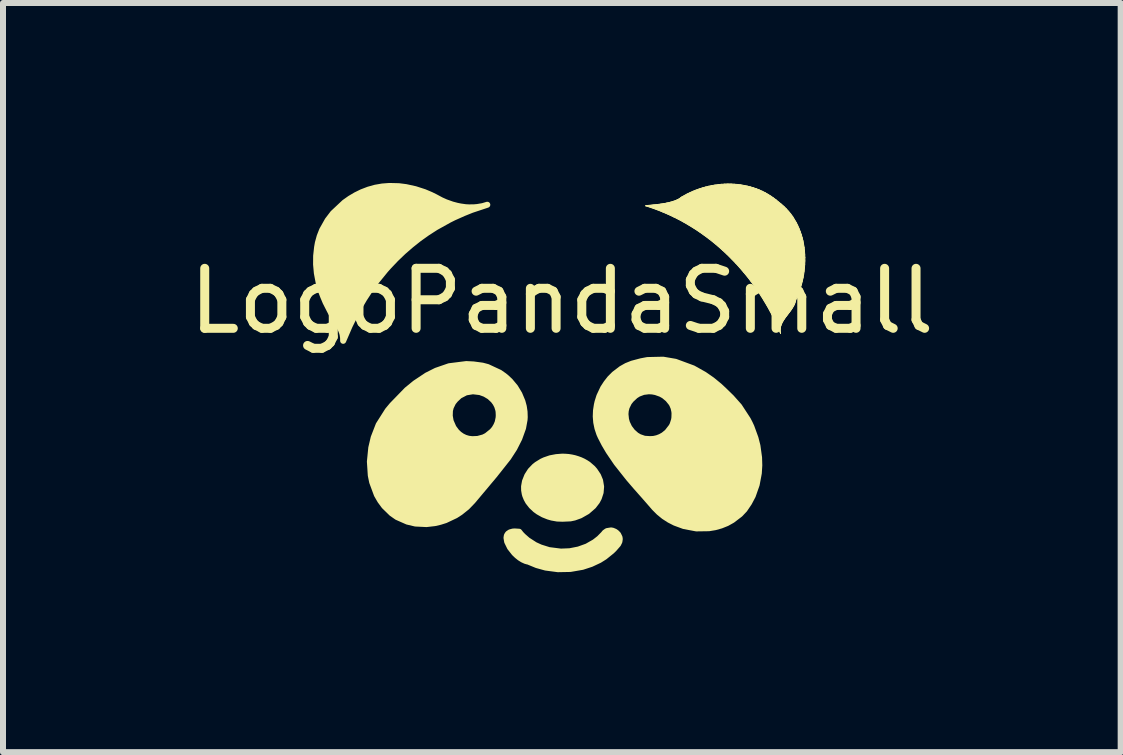
<source format=kicad_pcb>
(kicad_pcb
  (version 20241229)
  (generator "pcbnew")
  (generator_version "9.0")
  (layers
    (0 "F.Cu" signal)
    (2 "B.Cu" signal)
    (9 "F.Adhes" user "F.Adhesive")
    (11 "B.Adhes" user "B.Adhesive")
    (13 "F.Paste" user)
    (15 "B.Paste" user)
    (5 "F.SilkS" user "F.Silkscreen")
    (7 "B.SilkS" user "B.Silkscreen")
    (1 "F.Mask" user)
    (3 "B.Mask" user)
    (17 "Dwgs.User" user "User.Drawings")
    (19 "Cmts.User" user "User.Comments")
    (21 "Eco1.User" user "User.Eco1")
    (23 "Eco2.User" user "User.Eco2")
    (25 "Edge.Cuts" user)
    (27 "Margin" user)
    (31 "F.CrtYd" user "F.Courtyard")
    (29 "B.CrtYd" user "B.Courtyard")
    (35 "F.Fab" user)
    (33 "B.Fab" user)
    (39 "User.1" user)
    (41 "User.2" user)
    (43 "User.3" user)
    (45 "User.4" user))
  (footprint "LogoPandaSmall"
    (layer "F.Cu")
    (at 6.315 5.092)
    (property "Reference" "LogoPandaSmall" (at 0 -3.124 0) (layer "F.SilkS") (effects (font (size 1 1) (thickness 0.15))))
    (attr through_hole)
    (fp_line (start -4.098 -3.805) (end -4.097 -3.769) (stroke (width 0.016) (type solid)) (layer "F.SilkS"))
    (fp_line (start -4.097 -3.769) (end -4.096 -3.733) (stroke (width 0.016) (type solid)) (layer "F.SilkS"))
    (fp_line (start -4.097 -3.841) (end -4.098 -3.805) (stroke (width 0.016) (type solid)) (layer "F.SilkS"))
    (fp_line (start -4.096 -3.733) (end -4.094 -3.696) (stroke (width 0.016) (type solid)) (layer "F.SilkS"))
    (fp_line (start -4.095 -3.877) (end -4.097 -3.841) (stroke (width 0.016) (type solid)) (layer "F.SilkS"))
    (fp_line (start -4.094 -3.696) (end -4.091 -3.66) (stroke (width 0.016) (type solid)) (layer "F.SilkS"))
    (fp_line (start -4.093 -3.913) (end -4.095 -3.877) (stroke (width 0.016) (type solid)) (layer "F.SilkS"))
    (fp_line (start -4.091 -3.66) (end -4.087 -3.624) (stroke (width 0.016) (type solid)) (layer "F.SilkS"))
    (fp_line (start -4.089 -3.95) (end -4.093 -3.913) (stroke (width 0.016) (type solid)) (layer "F.SilkS"))
    (fp_line (start -4.087 -3.624) (end -4.083 -3.589) (stroke (width 0.016) (type solid)) (layer "F.SilkS"))
    (fp_line (start -4.085 -3.986) (end -4.089 -3.95) (stroke (width 0.016) (type solid)) (layer "F.SilkS"))
    (fp_line (start -4.083 -3.589) (end -4.077 -3.553) (stroke (width 0.016) (type solid)) (layer "F.SilkS"))
    (fp_line (start -4.079 -4.022) (end -4.085 -3.986) (stroke (width 0.016) (type solid)) (layer "F.SilkS"))
    (fp_line (start -4.077 -3.553) (end -4.071 -3.517) (stroke (width 0.016) (type solid)) (layer "F.SilkS"))
    (fp_line (start -4.073 -4.058) (end -4.079 -4.022) (stroke (width 0.016) (type solid)) (layer "F.SilkS"))
    (fp_line (start -4.071 -3.517) (end -4.064 -3.482) (stroke (width 0.016) (type solid)) (layer "F.SilkS"))
    (fp_line (start -4.066 -4.095) (end -4.073 -4.058) (stroke (width 0.016) (type solid)) (layer "F.SilkS"))
    (fp_line (start -4.064 -3.482) (end -4.056 -3.446) (stroke (width 0.016) (type solid)) (layer "F.SilkS"))
    (fp_line (start -4.057 -4.132) (end -4.066 -4.095) (stroke (width 0.016) (type solid)) (layer "F.SilkS"))
    (fp_line (start -4.056 -3.446) (end -4.047 -3.411) (stroke (width 0.016) (type solid)) (layer "F.SilkS"))
    (fp_line (start -4.047 -3.411) (end -4.038 -3.376) (stroke (width 0.016) (type solid)) (layer "F.SilkS"))
    (fp_line (start -4.047 -4.168) (end -4.057 -4.132) (stroke (width 0.016) (type solid)) (layer "F.SilkS"))
    (fp_line (start -4.038 -3.376) (end -4.028 -3.341) (stroke (width 0.016) (type solid)) (layer "F.SilkS"))
    (fp_line (start -4.036 -4.204) (end -4.047 -4.168) (stroke (width 0.016) (type solid)) (layer "F.SilkS"))
    (fp_line (start -4.028 -3.341) (end -4.017 -3.306) (stroke (width 0.016) (type solid)) (layer "F.SilkS"))
    (fp_line (start -4.024 -4.239) (end -4.036 -4.204) (stroke (width 0.016) (type solid)) (layer "F.SilkS"))
    (fp_line (start -4.017 -3.306) (end -4.006 -3.272) (stroke (width 0.016) (type solid)) (layer "F.SilkS"))
    (fp_line (start -4.01 -4.273) (end -4.024 -4.239) (stroke (width 0.016) (type solid)) (layer "F.SilkS"))
    (fp_line (start -4.006 -3.272) (end -3.993 -3.238) (stroke (width 0.016) (type solid)) (layer "F.SilkS"))
    (fp_line (start -3.995 -4.308) (end -4.01 -4.273) (stroke (width 0.016) (type solid)) (layer "F.SilkS"))
    (fp_line (start -3.993 -3.238) (end -3.98 -3.204) (stroke (width 0.016) (type solid)) (layer "F.SilkS"))
    (fp_line (start -3.98 -3.204) (end -3.967 -3.17) (stroke (width 0.016) (type solid)) (layer "F.SilkS"))
    (fp_line (start -3.979 -4.341) (end -3.995 -4.308) (stroke (width 0.016) (type solid)) (layer "F.SilkS"))
    (fp_line (start -3.967 -3.17) (end -3.952 -3.137) (stroke (width 0.016) (type solid)) (layer "F.SilkS"))
    (fp_line (start -3.962 -4.374) (end -3.979 -4.341) (stroke (width 0.016) (type solid)) (layer "F.SilkS"))
    (fp_line (start -3.952 -3.137) (end -3.938 -3.104) (stroke (width 0.016) (type solid)) (layer "F.SilkS"))
    (fp_line (start -3.944 -4.407) (end -3.962 -4.374) (stroke (width 0.016) (type solid)) (layer "F.SilkS"))
    (fp_line (start -3.938 -3.104) (end -3.922 -3.071) (stroke (width 0.016) (type solid)) (layer "F.SilkS"))
    (fp_line (start -3.925 -4.438) (end -3.944 -4.407) (stroke (width 0.016) (type solid)) (layer "F.SilkS"))
    (fp_line (start -3.922 -3.071) (end -3.906 -3.038) (stroke (width 0.016) (type solid)) (layer "F.SilkS"))
    (fp_line (start -3.906 -3.038) (end -3.889 -3.006) (stroke (width 0.016) (type solid)) (layer "F.SilkS"))
    (fp_line (start -3.904 -4.47) (end -3.925 -4.438) (stroke (width 0.016) (type solid)) (layer "F.SilkS"))
    (fp_line (start -3.889 -3.006) (end -3.872 -2.974) (stroke (width 0.016) (type solid)) (layer "F.SilkS"))
    (fp_line (start -3.883 -4.5) (end -3.904 -4.47) (stroke (width 0.016) (type solid)) (layer "F.SilkS"))
    (fp_line (start -3.872 -2.974) (end -3.854 -2.943) (stroke (width 0.016) (type solid)) (layer "F.SilkS"))
    (fp_line (start -3.861 -4.53) (end -3.883 -4.5) (stroke (width 0.016) (type solid)) (layer "F.SilkS"))
    (fp_line (start -3.854 -2.943) (end -3.847 -2.928) (stroke (width 0.016) (type solid)) (layer "F.SilkS"))
    (fp_line (start -3.847 -2.928) (end -3.84 -2.913) (stroke (width 0.016) (type solid)) (layer "F.SilkS"))
    (fp_line (start -3.84 -2.913) (end -3.833 -2.899) (stroke (width 0.016) (type solid)) (layer "F.SilkS"))
    (fp_line (start -3.838 -4.559) (end -3.861 -4.53) (stroke (width 0.016) (type solid)) (layer "F.SilkS"))
    (fp_line (start -3.833 -2.899) (end -3.825 -2.884) (stroke (width 0.016) (type solid)) (layer "F.SilkS"))
    (fp_line (start -3.825 -2.884) (end -3.816 -2.87) (stroke (width 0.016) (type solid)) (layer "F.SilkS"))
    (fp_line (start -3.816 -2.87) (end -3.808 -2.855) (stroke (width 0.016) (type solid)) (layer "F.SilkS"))
    (fp_line (start -3.814 -4.588) (end -3.838 -4.559) (stroke (width 0.016) (type solid)) (layer "F.SilkS"))
    (fp_line (start -3.808 -2.855) (end -3.799 -2.841) (stroke (width 0.016) (type solid)) (layer "F.SilkS"))
    (fp_line (start -3.799 -2.841) (end -3.79 -2.827) (stroke (width 0.016) (type solid)) (layer "F.SilkS"))
    (fp_line (start -3.79 -2.827) (end -3.781 -2.813) (stroke (width 0.016) (type solid)) (layer "F.SilkS"))
    (fp_line (start -3.789 -4.615) (end -3.814 -4.588) (stroke (width 0.016) (type solid)) (layer "F.SilkS"))
    (fp_line (start -3.781 -2.813) (end -3.772 -2.799) (stroke (width 0.016) (type solid)) (layer "F.SilkS"))
    (fp_line (start -3.772 -2.799) (end -3.763 -2.784) (stroke (width 0.016) (type solid)) (layer "F.SilkS"))
    (fp_line (start -3.763 -4.643) (end -3.789 -4.615) (stroke (width 0.016) (type solid)) (layer "F.SilkS"))
    (fp_line (start -3.763 -2.784) (end -3.754 -2.77) (stroke (width 0.016) (type solid)) (layer "F.SilkS"))
    (fp_line (start -3.754 -2.77) (end -3.745 -2.756) (stroke (width 0.016) (type solid)) (layer "F.SilkS"))
    (fp_line (start -3.745 -2.756) (end -3.736 -2.742) (stroke (width 0.016) (type solid)) (layer "F.SilkS"))
    (fp_line (start -3.736 -4.669) (end -3.763 -4.643) (stroke (width 0.016) (type solid)) (layer "F.SilkS"))
    (fp_line (start -3.736 -2.742) (end -3.727 -2.728) (stroke (width 0.016) (type solid)) (layer "F.SilkS"))
    (fp_line (start -3.727 -2.728) (end -3.718 -2.714) (stroke (width 0.016) (type solid)) (layer "F.SilkS"))
    (fp_line (start -3.718 -2.714) (end -3.71 -2.699) (stroke (width 0.016) (type solid)) (layer "F.SilkS"))
    (fp_line (start -3.71 -2.699) (end -3.702 -2.685) (stroke (width 0.016) (type solid)) (layer "F.SilkS"))
    (fp_line (start -3.709 -4.695) (end -3.736 -4.669) (stroke (width 0.016) (type solid)) (layer "F.SilkS"))
    (fp_line (start -3.702 -2.685) (end -3.694 -2.67) (stroke (width 0.016) (type solid)) (layer "F.SilkS"))
    (fp_line (start -3.694 -2.67) (end -3.687 -2.656) (stroke (width 0.016) (type solid)) (layer "F.SilkS"))
    (fp_line (start -3.687 -2.656) (end -3.68 -2.641) (stroke (width 0.016) (type solid)) (layer "F.SilkS"))
    (fp_line (start -3.681 -4.719) (end -3.709 -4.695) (stroke (width 0.016) (type solid)) (layer "F.SilkS"))
    (fp_line (start -3.68 -2.641) (end -3.673 -2.626) (stroke (width 0.016) (type solid)) (layer "F.SilkS"))
    (fp_line (start -3.673 -2.626) (end -3.668 -2.611) (stroke (width 0.016) (type solid)) (layer "F.SilkS"))
    (fp_line (start -3.668 -2.611) (end -3.662 -2.595) (stroke (width 0.016) (type solid)) (layer "F.SilkS"))
    (fp_line (start -3.662 -2.595) (end -3.658 -2.58) (stroke (width 0.016) (type solid)) (layer "F.SilkS"))
    (fp_line (start -3.658 -2.58) (end -3.654 -2.564) (stroke (width 0.016) (type solid)) (layer "F.SilkS"))
    (fp_line (start -3.654 -2.564) (end -3.65 -2.548) (stroke (width 0.016) (type solid)) (layer "F.SilkS"))
    (fp_line (start -3.652 -4.743) (end -3.681 -4.719) (stroke (width 0.016) (type solid)) (layer "F.SilkS"))
    (fp_line (start -3.65 -2.548) (end -3.648 -2.532) (stroke (width 0.016) (type solid)) (layer "F.SilkS"))
    (fp_line (start -3.648 -2.532) (end -3.646 -2.515) (stroke (width 0.016) (type solid)) (layer "F.SilkS"))
    (fp_line (start -3.646 -2.464) (end -3.645 -2.462) (stroke (width 0.016) (type solid)) (layer "F.SilkS"))
    (fp_line (start -3.646 -2.515) (end -3.645 -2.498) (stroke (width 0.016) (type solid)) (layer "F.SilkS"))
    (fp_line (start -3.645 -2.462) (end -3.645 -2.461) (stroke (width 0.016) (type solid)) (layer "F.SilkS"))
    (fp_line (start -3.645 -2.498) (end -3.645 -2.481) (stroke (width 0.016) (type solid)) (layer "F.SilkS"))
    (fp_line (start -3.645 -2.481) (end -3.646 -2.464) (stroke (width 0.016) (type solid)) (layer "F.SilkS"))
    (fp_line (start -3.645 -2.461) (end -3.644 -2.461) (stroke (width 0.016) (type solid)) (layer "F.SilkS"))
    (fp_line (start -3.644 -2.461) (end -3.642 -2.461) (stroke (width 0.016) (type solid)) (layer "F.SilkS"))
    (fp_line (start -3.642 -2.461) (end -3.641 -2.463) (stroke (width 0.016) (type solid)) (layer "F.SilkS"))
    (fp_line (start -3.641 -2.463) (end -3.639 -2.466) (stroke (width 0.016) (type solid)) (layer "F.SilkS"))
    (fp_line (start -3.639 -2.466) (end -3.638 -2.469) (stroke (width 0.016) (type solid)) (layer "F.SilkS"))
    (fp_line (start -3.638 -2.469) (end -3.636 -2.473) (stroke (width 0.016) (type solid)) (layer "F.SilkS"))
    (fp_line (start -3.636 -2.473) (end -3.634 -2.477) (stroke (width 0.016) (type solid)) (layer "F.SilkS"))
    (fp_line (start -3.634 -2.477) (end -3.631 -2.482) (stroke (width 0.016) (type solid)) (layer "F.SilkS"))
    (fp_line (start -3.631 -2.482) (end -3.629 -2.488) (stroke (width 0.016) (type solid)) (layer "F.SilkS"))
    (fp_line (start -3.629 -2.488) (end -3.627 -2.494) (stroke (width 0.016) (type solid)) (layer "F.SilkS"))
    (fp_line (start -3.627 -2.494) (end -3.624 -2.5) (stroke (width 0.016) (type solid)) (layer "F.SilkS"))
    (fp_line (start -3.624 -2.5) (end -3.621 -2.507) (stroke (width 0.016) (type solid)) (layer "F.SilkS"))
    (fp_line (start -3.623 -4.767) (end -3.652 -4.743) (stroke (width 0.016) (type solid)) (layer "F.SilkS"))
    (fp_line (start -3.621 -2.507) (end -3.619 -2.514) (stroke (width 0.016) (type solid)) (layer "F.SilkS"))
    (fp_line (start -3.619 -2.514) (end -3.616 -2.521) (stroke (width 0.016) (type solid)) (layer "F.SilkS"))
    (fp_line (start -3.616 -2.521) (end -3.613 -2.529) (stroke (width 0.016) (type solid)) (layer "F.SilkS"))
    (fp_line (start -3.613 -2.529) (end -3.61 -2.537) (stroke (width 0.016) (type solid)) (layer "F.SilkS"))
    (fp_line (start -3.61 -2.537) (end -3.607 -2.545) (stroke (width 0.016) (type solid)) (layer "F.SilkS"))
    (fp_line (start -3.607 -2.545) (end -3.604 -2.553) (stroke (width 0.016) (type solid)) (layer "F.SilkS"))
    (fp_line (start -3.604 -2.553) (end -3.601 -2.56) (stroke (width 0.016) (type solid)) (layer "F.SilkS"))
    (fp_line (start -3.601 -2.56) (end -3.598 -2.568) (stroke (width 0.016) (type solid)) (layer "F.SilkS"))
    (fp_line (start -3.598 -2.568) (end -3.595 -2.576) (stroke (width 0.016) (type solid)) (layer "F.SilkS"))
    (fp_line (start -3.595 -2.576) (end -3.592 -2.584) (stroke (width 0.016) (type solid)) (layer "F.SilkS"))
    (fp_line (start -3.593 -4.789) (end -3.623 -4.767) (stroke (width 0.016) (type solid)) (layer "F.SilkS"))
    (fp_line (start -3.592 -2.584) (end -3.589 -2.591) (stroke (width 0.016) (type solid)) (layer "F.SilkS"))
    (fp_line (start -3.589 -2.591) (end -3.586 -2.598) (stroke (width 0.016) (type solid)) (layer "F.SilkS"))
    (fp_line (start -3.586 -2.598) (end -3.583 -2.605) (stroke (width 0.016) (type solid)) (layer "F.SilkS"))
    (fp_line (start -3.583 -2.605) (end -3.581 -2.612) (stroke (width 0.016) (type solid)) (layer "F.SilkS"))
    (fp_line (start -3.581 -2.612) (end -3.578 -2.618) (stroke (width 0.016) (type solid)) (layer "F.SilkS"))
    (fp_line (start -3.578 -2.618) (end -3.575 -2.624) (stroke (width 0.016) (type solid)) (layer "F.SilkS"))
    (fp_line (start -3.575 -2.624) (end -3.573 -2.629) (stroke (width 0.016) (type solid)) (layer "F.SilkS"))
    (fp_line (start -3.573 -2.629) (end -3.57 -2.634) (stroke (width 0.016) (type solid)) (layer "F.SilkS"))
    (fp_line (start -3.57 -2.634) (end -3.536 -2.711) (stroke (width 0.016) (type solid)) (layer "F.SilkS"))
    (fp_line (start -3.562 -4.811) (end -3.593 -4.789) (stroke (width 0.016) (type solid)) (layer "F.SilkS"))
    (fp_line (start -3.536 -2.711) (end -3.5 -2.788) (stroke (width 0.016) (type solid)) (layer "F.SilkS"))
    (fp_line (start -3.531 -4.832) (end -3.562 -4.811) (stroke (width 0.016) (type solid)) (layer "F.SilkS"))
    (fp_line (start -3.5 -2.788) (end -3.462 -2.865) (stroke (width 0.016) (type solid)) (layer "F.SilkS"))
    (fp_line (start -3.5 -4.852) (end -3.531 -4.832) (stroke (width 0.016) (type solid)) (layer "F.SilkS"))
    (fp_line (start -3.467 -4.871) (end -3.5 -4.852) (stroke (width 0.016) (type solid)) (layer "F.SilkS"))
    (fp_line (start -3.462 -2.865) (end -3.423 -2.94) (stroke (width 0.016) (type solid)) (layer "F.SilkS"))
    (fp_line (start -3.435 -4.889) (end -3.467 -4.871) (stroke (width 0.016) (type solid)) (layer "F.SilkS"))
    (fp_line (start -3.423 -2.94) (end -3.382 -3.015) (stroke (width 0.016) (type solid)) (layer "F.SilkS"))
    (fp_line (start -3.402 -4.906) (end -3.435 -4.889) (stroke (width 0.016) (type solid)) (layer "F.SilkS"))
    (fp_line (start -3.382 -3.015) (end -3.339 -3.088) (stroke (width 0.016) (type solid)) (layer "F.SilkS"))
    (fp_line (start -3.368 -4.922) (end -3.402 -4.906) (stroke (width 0.016) (type solid)) (layer "F.SilkS"))
    (fp_line (start -3.339 -3.088) (end -3.294 -3.161) (stroke (width 0.016) (type solid)) (layer "F.SilkS"))
    (fp_line (start -3.335 -4.938) (end -3.368 -4.922) (stroke (width 0.016) (type solid)) (layer "F.SilkS"))
    (fp_line (start -3.298 -4.954) (end -3.335 -4.938) (stroke (width 0.016) (type solid)) (layer "F.SilkS"))
    (fp_line (start -3.294 -3.161) (end -3.248 -3.233) (stroke (width 0.016) (type solid)) (layer "F.SilkS"))
    (fp_line (start -3.261 -4.968) (end -3.298 -4.954) (stroke (width 0.016) (type solid)) (layer "F.SilkS"))
    (fp_line (start -3.248 -3.233) (end -3.201 -3.303) (stroke (width 0.016) (type solid)) (layer "F.SilkS"))
    (fp_line (start -3.223 -4.981) (end -3.261 -4.968) (stroke (width 0.016) (type solid)) (layer "F.SilkS"))
    (fp_line (start -3.201 -3.303) (end -3.152 -3.373) (stroke (width 0.016) (type solid)) (layer "F.SilkS"))
    (fp_line (start -3.199 -0.447) (end -3.199 -0.389) (stroke (width 0.016) (type solid)) (layer "F.SilkS"))
    (fp_line (start -3.199 -0.389) (end -3.196 -0.331) (stroke (width 0.016) (type solid)) (layer "F.SilkS"))
    (fp_line (start -3.197 -0.505) (end -3.199 -0.447) (stroke (width 0.016) (type solid)) (layer "F.SilkS"))
    (fp_line (start -3.196 -0.331) (end -3.191 -0.274) (stroke (width 0.016) (type solid)) (layer "F.SilkS"))
    (fp_line (start -3.192 -0.563) (end -3.197 -0.505) (stroke (width 0.016) (type solid)) (layer "F.SilkS"))
    (fp_line (start -3.191 -0.274) (end -3.184 -0.217) (stroke (width 0.016) (type solid)) (layer "F.SilkS"))
    (fp_line (start -3.185 -0.62) (end -3.192 -0.563) (stroke (width 0.016) (type solid)) (layer "F.SilkS"))
    (fp_line (start -3.185 -4.993) (end -3.223 -4.981) (stroke (width 0.016) (type solid)) (layer "F.SilkS"))
    (fp_line (start -3.184 -0.217) (end -3.174 -0.161) (stroke (width 0.016) (type solid)) (layer "F.SilkS"))
    (fp_line (start -3.176 -0.678) (end -3.185 -0.62) (stroke (width 0.016) (type solid)) (layer "F.SilkS"))
    (fp_line (start -3.174 -0.161) (end -3.161 -0.105) (stroke (width 0.016) (type solid)) (layer "F.SilkS"))
    (fp_line (start -3.165 -0.735) (end -3.176 -0.678) (stroke (width 0.016) (type solid)) (layer "F.SilkS"))
    (fp_line (start -3.161 -0.105) (end -3.146 -0.051) (stroke (width 0.016) (type solid)) (layer "F.SilkS"))
    (fp_line (start -3.152 -3.373) (end -3.101 -3.442) (stroke (width 0.016) (type solid)) (layer "F.SilkS"))
    (fp_line (start -3.151 -0.792) (end -3.165 -0.735) (stroke (width 0.016) (type solid)) (layer "F.SilkS"))
    (fp_line (start -3.147 -5.004) (end -3.185 -4.993) (stroke (width 0.016) (type solid)) (layer "F.SilkS"))
    (fp_line (start -3.146 -0.051) (end -3.128 0.003) (stroke (width 0.016) (type solid)) (layer "F.SilkS"))
    (fp_line (start -3.136 -0.848) (end -3.151 -0.792) (stroke (width 0.016) (type solid)) (layer "F.SilkS"))
    (fp_line (start -3.128 0.003) (end -3.107 0.055) (stroke (width 0.016) (type solid)) (layer "F.SilkS"))
    (fp_line (start -3.118 -0.903) (end -3.136 -0.848) (stroke (width 0.016) (type solid)) (layer "F.SilkS"))
    (fp_line (start -3.108 -5.013) (end -3.147 -5.004) (stroke (width 0.016) (type solid)) (layer "F.SilkS"))
    (fp_line (start -3.107 0.055) (end -3.083 0.106) (stroke (width 0.016) (type solid)) (layer "F.SilkS"))
    (fp_line (start -3.101 -3.442) (end -3.049 -3.509) (stroke (width 0.016) (type solid)) (layer "F.SilkS"))
    (fp_line (start -3.098 -0.957) (end -3.118 -0.903) (stroke (width 0.016) (type solid)) (layer "F.SilkS"))
    (fp_line (start -3.083 0.106) (end -3.057 0.155) (stroke (width 0.016) (type solid)) (layer "F.SilkS"))
    (fp_line (start -3.076 -1.01) (end -3.098 -0.957) (stroke (width 0.016) (type solid)) (layer "F.SilkS"))
    (fp_line (start -3.07 -5.021) (end -3.108 -5.013) (stroke (width 0.016) (type solid)) (layer "F.SilkS"))
    (fp_line (start -3.057 0.155) (end -3.027 0.203) (stroke (width 0.016) (type solid)) (layer "F.SilkS"))
    (fp_line (start -3.053 -1.062) (end -3.076 -1.01) (stroke (width 0.016) (type solid)) (layer "F.SilkS"))
    (fp_line (start -3.049 -3.509) (end -2.995 -3.575) (stroke (width 0.016) (type solid)) (layer "F.SilkS"))
    (fp_line (start -3.031 -5.027) (end -3.07 -5.021) (stroke (width 0.016) (type solid)) (layer "F.SilkS"))
    (fp_line (start -3.027 0.203) (end -2.995 0.25) (stroke (width 0.016) (type solid)) (layer "F.SilkS"))
    (fp_line (start -3.027 -1.113) (end -3.053 -1.062) (stroke (width 0.016) (type solid)) (layer "F.SilkS"))
    (fp_line (start -2.999 -1.162) (end -3.027 -1.113) (stroke (width 0.016) (type solid)) (layer "F.SilkS"))
    (fp_line (start -2.995 -3.575) (end -2.94 -3.64) (stroke (width 0.016) (type solid)) (layer "F.SilkS"))
    (fp_line (start -2.995 0.25) (end -2.96 0.294) (stroke (width 0.016) (type solid)) (layer "F.SilkS"))
    (fp_line (start -2.992 -5.033) (end -3.031 -5.027) (stroke (width 0.016) (type solid)) (layer "F.SilkS"))
    (fp_line (start -2.97 -1.209) (end -2.999 -1.162) (stroke (width 0.016) (type solid)) (layer "F.SilkS"))
    (fp_line (start -2.96 0.294) (end -2.921 0.337) (stroke (width 0.016) (type solid)) (layer "F.SilkS"))
    (fp_line (start -2.953 -5.037) (end -2.992 -5.033) (stroke (width 0.016) (type solid)) (layer "F.SilkS"))
    (fp_line (start -2.94 -3.64) (end -2.883 -3.704) (stroke (width 0.016) (type solid)) (layer "F.SilkS"))
    (fp_line (start -2.936 -1.255) (end -2.97 -1.209) (stroke (width 0.016) (type solid)) (layer "F.SilkS"))
    (fp_line (start -2.921 0.337) (end -2.88 0.377) (stroke (width 0.016) (type solid)) (layer "F.SilkS"))
    (fp_line (start -2.913 -5.04) (end -2.953 -5.037) (stroke (width 0.016) (type solid)) (layer "F.SilkS"))
    (fp_line (start -2.902 -1.3) (end -2.936 -1.255) (stroke (width 0.016) (type solid)) (layer "F.SilkS"))
    (fp_line (start -2.883 -3.704) (end -2.825 -3.766) (stroke (width 0.016) (type solid)) (layer "F.SilkS"))
    (fp_line (start -2.88 0.377) (end -2.836 0.415) (stroke (width 0.016) (type solid)) (layer "F.SilkS"))
    (fp_line (start -2.874 -5.042) (end -2.913 -5.04) (stroke (width 0.016) (type solid)) (layer "F.SilkS"))
    (fp_line (start -2.865 -1.345) (end -2.902 -1.3) (stroke (width 0.016) (type solid)) (layer "F.SilkS"))
    (fp_line (start -2.836 0.415) (end -2.788 0.451) (stroke (width 0.016) (type solid)) (layer "F.SilkS"))
    (fp_line (start -2.834 -5.042) (end -2.874 -5.042) (stroke (width 0.016) (type solid)) (layer "F.SilkS"))
    (fp_line (start -2.828 -1.389) (end -2.865 -1.345) (stroke (width 0.016) (type solid)) (layer "F.SilkS"))
    (fp_line (start -2.825 -3.766) (end -2.766 -3.827) (stroke (width 0.016) (type solid)) (layer "F.SilkS"))
    (fp_line (start -2.795 -5.042) (end -2.834 -5.042) (stroke (width 0.016) (type solid)) (layer "F.SilkS"))
    (fp_line (start -2.79 -1.433) (end -2.828 -1.389) (stroke (width 0.016) (type solid)) (layer "F.SilkS"))
    (fp_line (start -2.788 0.451) (end -2.747 0.477) (stroke (width 0.016) (type solid)) (layer "F.SilkS"))
    (fp_line (start -2.766 -3.827) (end -2.705 -3.886) (stroke (width 0.016) (type solid)) (layer "F.SilkS"))
    (fp_line (start -2.755 -5.04) (end -2.795 -5.042) (stroke (width 0.016) (type solid)) (layer "F.SilkS"))
    (fp_line (start -2.75 -1.477) (end -2.79 -1.433) (stroke (width 0.016) (type solid)) (layer "F.SilkS"))
    (fp_line (start -2.747 0.477) (end -2.705 0.5) (stroke (width 0.016) (type solid)) (layer "F.SilkS"))
    (fp_line (start -2.716 -5.038) (end -2.755 -5.04) (stroke (width 0.016) (type solid)) (layer "F.SilkS"))
    (fp_line (start -2.71 -1.519) (end -2.75 -1.477) (stroke (width 0.016) (type solid)) (layer "F.SilkS"))
    (fp_line (start -2.705 -3.886) (end -2.643 -3.945) (stroke (width 0.016) (type solid)) (layer "F.SilkS"))
    (fp_line (start -2.705 0.5) (end -2.662 0.52) (stroke (width 0.016) (type solid)) (layer "F.SilkS"))
    (fp_line (start -2.677 -5.034) (end -2.716 -5.038) (stroke (width 0.016) (type solid)) (layer "F.SilkS"))
    (fp_line (start -2.668 -1.561) (end -2.71 -1.519) (stroke (width 0.016) (type solid)) (layer "F.SilkS"))
    (fp_line (start -2.662 0.52) (end -2.619 0.538) (stroke (width 0.016) (type solid)) (layer "F.SilkS"))
    (fp_line (start -2.643 -3.945) (end -2.58 -4.001) (stroke (width 0.016) (type solid)) (layer "F.SilkS"))
    (fp_line (start -2.637 -5.029) (end -2.677 -5.034) (stroke (width 0.016) (type solid)) (layer "F.SilkS"))
    (fp_line (start -2.626 -1.602) (end -2.668 -1.561) (stroke (width 0.016) (type solid)) (layer "F.SilkS"))
    (fp_line (start -2.619 0.538) (end -2.575 0.553) (stroke (width 0.016) (type solid)) (layer "F.SilkS"))
    (fp_line (start -2.598 -5.023) (end -2.637 -5.029) (stroke (width 0.016) (type solid)) (layer "F.SilkS"))
    (fp_line (start -2.582 -1.642) (end -2.626 -1.602) (stroke (width 0.016) (type solid)) (layer "F.SilkS"))
    (fp_line (start -2.58 -4.001) (end -2.515 -4.056) (stroke (width 0.016) (type solid)) (layer "F.SilkS"))
    (fp_line (start -2.575 0.553) (end -2.53 0.566) (stroke (width 0.016) (type solid)) (layer "F.SilkS"))
    (fp_line (start -2.559 -5.016) (end -2.598 -5.023) (stroke (width 0.016) (type solid)) (layer "F.SilkS"))
    (fp_line (start -2.537 -1.681) (end -2.582 -1.642) (stroke (width 0.016) (type solid)) (layer "F.SilkS"))
    (fp_line (start -2.53 0.566) (end -2.485 0.577) (stroke (width 0.016) (type solid)) (layer "F.SilkS"))
    (fp_line (start -2.52 -5.008) (end -2.559 -5.016) (stroke (width 0.016) (type solid)) (layer "F.SilkS"))
    (fp_line (start -2.515 -4.056) (end -2.449 -4.11) (stroke (width 0.016) (type solid)) (layer "F.SilkS"))
    (fp_line (start -2.492 -1.718) (end -2.537 -1.681) (stroke (width 0.016) (type solid)) (layer "F.SilkS"))
    (fp_line (start -2.485 0.577) (end -2.44 0.585) (stroke (width 0.016) (type solid)) (layer "F.SilkS"))
    (fp_line (start -2.481 -4.999) (end -2.52 -5.008) (stroke (width 0.016) (type solid)) (layer "F.SilkS"))
    (fp_line (start -2.449 -4.11) (end -2.382 -4.162) (stroke (width 0.016) (type solid)) (layer "F.SilkS"))
    (fp_line (start -2.445 -1.754) (end -2.492 -1.718) (stroke (width 0.016) (type solid)) (layer "F.SilkS"))
    (fp_line (start -2.443 -4.989) (end -2.481 -4.999) (stroke (width 0.016) (type solid)) (layer "F.SilkS"))
    (fp_line (start -2.44 0.585) (end -2.394 0.591) (stroke (width 0.016) (type solid)) (layer "F.SilkS"))
    (fp_line (start -2.404 -4.978) (end -2.443 -4.989) (stroke (width 0.016) (type solid)) (layer "F.SilkS"))
    (fp_line (start -2.398 -1.789) (end -2.445 -1.754) (stroke (width 0.016) (type solid)) (layer "F.SilkS"))
    (fp_line (start -2.394 0.591) (end -2.348 0.594) (stroke (width 0.016) (type solid)) (layer "F.SilkS"))
    (fp_line (start -2.382 -4.162) (end -2.313 -4.212) (stroke (width 0.016) (type solid)) (layer "F.SilkS"))
    (fp_line (start -2.366 -4.966) (end -2.404 -4.978) (stroke (width 0.016) (type solid)) (layer "F.SilkS"))
    (fp_line (start -2.349 -1.822) (end -2.398 -1.789) (stroke (width 0.016) (type solid)) (layer "F.SilkS"))
    (fp_line (start -2.348 0.594) (end -2.302 0.595) (stroke (width 0.016) (type solid)) (layer "F.SilkS"))
    (fp_line (start -2.329 -4.954) (end -2.366 -4.966) (stroke (width 0.016) (type solid)) (layer "F.SilkS"))
    (fp_line (start -2.313 -4.212) (end -2.243 -4.261) (stroke (width 0.016) (type solid)) (layer "F.SilkS"))
    (fp_line (start -2.302 0.595) (end -2.256 0.594) (stroke (width 0.016) (type solid)) (layer "F.SilkS"))
    (fp_line (start -2.3 -1.854) (end -2.349 -1.822) (stroke (width 0.016) (type solid)) (layer "F.SilkS"))
    (fp_line (start -2.291 -4.94) (end -2.329 -4.954) (stroke (width 0.016) (type solid)) (layer "F.SilkS"))
    (fp_line (start -2.256 0.594) (end -2.21 0.591) (stroke (width 0.016) (type solid)) (layer "F.SilkS"))
    (fp_line (start -2.254 -4.925) (end -2.291 -4.94) (stroke (width 0.016) (type solid)) (layer "F.SilkS"))
    (fp_line (start -2.25 -1.884) (end -2.3 -1.854) (stroke (width 0.016) (type solid)) (layer "F.SilkS"))
    (fp_line (start -2.243 -4.261) (end -2.172 -4.308) (stroke (width 0.016) (type solid)) (layer "F.SilkS"))
    (fp_line (start -2.218 -4.91) (end -2.254 -4.925) (stroke (width 0.016) (type solid)) (layer "F.SilkS"))
    (fp_line (start -2.21 0.591) (end -2.164 0.586) (stroke (width 0.016) (type solid)) (layer "F.SilkS"))
    (fp_line (start -2.199 -1.912) (end -2.25 -1.884) (stroke (width 0.016) (type solid)) (layer "F.SilkS"))
    (fp_line (start -2.182 -4.894) (end -2.218 -4.91) (stroke (width 0.016) (type solid)) (layer "F.SilkS"))
    (fp_line (start -2.172 -4.308) (end -2.1 -4.353) (stroke (width 0.016) (type solid)) (layer "F.SilkS"))
    (fp_line (start -2.164 0.586) (end -2.118 0.578) (stroke (width 0.016) (type solid)) (layer "F.SilkS"))
    (fp_line (start -2.147 -1.938) (end -2.199 -1.912) (stroke (width 0.016) (type solid)) (layer "F.SilkS"))
    (fp_line (start -2.146 -4.877) (end -2.182 -4.894) (stroke (width 0.016) (type solid)) (layer "F.SilkS"))
    (fp_line (start -2.118 0.578) (end -2.073 0.569) (stroke (width 0.016) (type solid)) (layer "F.SilkS"))
    (fp_line (start -2.111 -4.859) (end -2.146 -4.877) (stroke (width 0.016) (type solid)) (layer "F.SilkS"))
    (fp_line (start -2.1 -4.353) (end -2.027 -4.396) (stroke (width 0.016) (type solid)) (layer "F.SilkS"))
    (fp_line (start -2.095 -1.962) (end -2.147 -1.938) (stroke (width 0.016) (type solid)) (layer "F.SilkS"))
    (fp_line (start -2.087 -4.845) (end -2.111 -4.859) (stroke (width 0.016) (type solid)) (layer "F.SilkS"))
    (fp_line (start -2.073 0.569) (end -2.028 0.557) (stroke (width 0.016) (type solid)) (layer "F.SilkS"))
    (fp_line (start -2.062 -4.832) (end -2.087 -4.845) (stroke (width 0.016) (type solid)) (layer "F.SilkS"))
    (fp_line (start -2.042 -1.984) (end -2.095 -1.962) (stroke (width 0.016) (type solid)) (layer "F.SilkS"))
    (fp_line (start -2.037 -4.819) (end -2.062 -4.832) (stroke (width 0.016) (type solid)) (layer "F.SilkS"))
    (fp_line (start -2.028 0.557) (end -1.983 0.544) (stroke (width 0.016) (type solid)) (layer "F.SilkS"))
    (fp_line (start -2.027 -4.396) (end -1.953 -4.438) (stroke (width 0.016) (type solid)) (layer "F.SilkS"))
    (fp_line (start -2.012 -4.806) (end -2.037 -4.819) (stroke (width 0.016) (type solid)) (layer "F.SilkS"))
    (fp_line (start -1.988 -2.004) (end -2.042 -1.984) (stroke (width 0.016) (type solid)) (layer "F.SilkS"))
    (fp_line (start -1.986 -4.794) (end -2.012 -4.806) (stroke (width 0.016) (type solid)) (layer "F.SilkS"))
    (fp_line (start -1.983 0.544) (end -1.939 0.529) (stroke (width 0.016) (type solid)) (layer "F.SilkS"))
    (fp_line (start -1.96 -4.782) (end -1.986 -4.794) (stroke (width 0.016) (type solid)) (layer "F.SilkS"))
    (fp_line (start -1.953 -4.438) (end -1.877 -4.477) (stroke (width 0.016) (type solid)) (layer "F.SilkS"))
    (fp_line (start -1.939 0.529) (end -1.896 0.511) (stroke (width 0.016) (type solid)) (layer "F.SilkS"))
    (fp_line (start -1.934 -4.771) (end -1.96 -4.782) (stroke (width 0.016) (type solid)) (layer "F.SilkS"))
    (fp_line (start -1.933 -2.022) (end -1.988 -2.004) (stroke (width 0.016) (type solid)) (layer "F.SilkS"))
    (fp_line (start -1.907 -4.761) (end -1.934 -4.771) (stroke (width 0.016) (type solid)) (layer "F.SilkS"))
    (fp_line (start -1.896 0.511) (end -1.853 0.492) (stroke (width 0.016) (type solid)) (layer "F.SilkS"))
    (fp_line (start -1.881 -4.751) (end -1.907 -4.761) (stroke (width 0.016) (type solid)) (layer "F.SilkS"))
    (fp_line (start -1.878 -2.037) (end -1.933 -2.022) (stroke (width 0.016) (type solid)) (layer "F.SilkS"))
    (fp_line (start -1.877 -4.477) (end -1.801 -4.515) (stroke (width 0.016) (type solid)) (layer "F.SilkS"))
    (fp_line (start -1.869 -1.239) (end -1.868 -1.268) (stroke (width 0.016) (type solid)) (layer "F.SilkS"))
    (fp_line (start -1.868 -1.21) (end -1.869 -1.239) (stroke (width 0.016) (type solid)) (layer "F.SilkS"))
    (fp_line (start -1.868 -1.268) (end -1.865 -1.297) (stroke (width 0.016) (type solid)) (layer "F.SilkS"))
    (fp_line (start -1.865 -1.181) (end -1.868 -1.21) (stroke (width 0.016) (type solid)) (layer "F.SilkS"))
    (fp_line (start -1.865 -1.297) (end -1.859 -1.325) (stroke (width 0.016) (type solid)) (layer "F.SilkS"))
    (fp_line (start -1.86 -1.152) (end -1.865 -1.181) (stroke (width 0.016) (type solid)) (layer "F.SilkS"))
    (fp_line (start -1.859 -1.325) (end -1.851 -1.353) (stroke (width 0.016) (type solid)) (layer "F.SilkS"))
    (fp_line (start -1.854 -4.742) (end -1.881 -4.751) (stroke (width 0.016) (type solid)) (layer "F.SilkS"))
    (fp_line (start -1.853 0.492) (end -1.811 0.471) (stroke (width 0.016) (type solid)) (layer "F.SilkS"))
    (fp_line (start -1.853 -1.123) (end -1.86 -1.152) (stroke (width 0.016) (type solid)) (layer "F.SilkS"))
    (fp_line (start -1.851 -1.353) (end -1.84 -1.38) (stroke (width 0.016) (type solid)) (layer "F.SilkS"))
    (fp_line (start -1.844 -1.095) (end -1.853 -1.123) (stroke (width 0.016) (type solid)) (layer "F.SilkS"))
    (fp_line (start -1.84 -1.38) (end -1.828 -1.407) (stroke (width 0.016) (type solid)) (layer "F.SilkS"))
    (fp_line (start -1.833 -1.068) (end -1.844 -1.095) (stroke (width 0.016) (type solid)) (layer "F.SilkS"))
    (fp_line (start -1.828 -1.407) (end -1.812 -1.433) (stroke (width 0.016) (type solid)) (layer "F.SilkS"))
    (fp_line (start -1.827 -4.733) (end -1.854 -4.742) (stroke (width 0.016) (type solid)) (layer "F.SilkS"))
    (fp_line (start -1.822 -2.049) (end -1.878 -2.037) (stroke (width 0.016) (type solid)) (layer "F.SilkS"))
    (fp_line (start -1.821 -1.041) (end -1.833 -1.068) (stroke (width 0.016) (type solid)) (layer "F.SilkS"))
    (fp_line (start -1.812 -1.433) (end -1.794 -1.458) (stroke (width 0.016) (type solid)) (layer "F.SilkS"))
    (fp_line (start -1.811 0.471) (end -1.77 0.449) (stroke (width 0.016) (type solid)) (layer "F.SilkS"))
    (fp_line (start -1.806 -1.015) (end -1.821 -1.041) (stroke (width 0.016) (type solid)) (layer "F.SilkS"))
    (fp_line (start -1.801 -4.515) (end -1.723 -4.551) (stroke (width 0.016) (type solid)) (layer "F.SilkS"))
    (fp_line (start -1.799 -4.725) (end -1.827 -4.733) (stroke (width 0.016) (type solid)) (layer "F.SilkS"))
    (fp_line (start -1.794 -1.458) (end -1.773 -1.481) (stroke (width 0.016) (type solid)) (layer "F.SilkS"))
    (fp_line (start -1.79 -0.991) (end -1.806 -1.015) (stroke (width 0.016) (type solid)) (layer "F.SilkS"))
    (fp_line (start -1.773 -1.481) (end -1.75 -1.503) (stroke (width 0.016) (type solid)) (layer "F.SilkS"))
    (fp_line (start -1.773 -0.967) (end -1.79 -0.991) (stroke (width 0.016) (type solid)) (layer "F.SilkS"))
    (fp_line (start -1.772 -4.718) (end -1.799 -4.725) (stroke (width 0.016) (type solid)) (layer "F.SilkS"))
    (fp_line (start -1.77 0.449) (end -1.73 0.424) (stroke (width 0.016) (type solid)) (layer "F.SilkS"))
    (fp_line (start -1.765 -2.059) (end -1.822 -2.049) (stroke (width 0.016) (type solid)) (layer "F.SilkS"))
    (fp_line (start -1.754 -0.945) (end -1.773 -0.967) (stroke (width 0.016) (type solid)) (layer "F.SilkS"))
    (fp_line (start -1.75 -1.503) (end -1.728 -1.526) (stroke (width 0.016) (type solid)) (layer "F.SilkS"))
    (fp_line (start -1.744 -4.711) (end -1.772 -4.718) (stroke (width 0.016) (type solid)) (layer "F.SilkS"))
    (fp_line (start -1.733 -0.924) (end -1.754 -0.945) (stroke (width 0.016) (type solid)) (layer "F.SilkS"))
    (fp_line (start -1.73 0.424) (end -1.691 0.398) (stroke (width 0.016) (type solid)) (layer "F.SilkS"))
    (fp_line (start -1.728 -1.526) (end -1.704 -1.546) (stroke (width 0.016) (type solid)) (layer "F.SilkS"))
    (fp_line (start -1.723 -4.551) (end -1.708 -4.557) (stroke (width 0.016) (type solid)) (layer "F.SilkS"))
    (fp_line (start -1.716 -4.705) (end -1.744 -4.711) (stroke (width 0.016) (type solid)) (layer "F.SilkS"))
    (fp_line (start -1.711 -0.904) (end -1.733 -0.924) (stroke (width 0.016) (type solid)) (layer "F.SilkS"))
    (fp_line (start -1.708 -4.557) (end -1.694 -4.564) (stroke (width 0.016) (type solid)) (layer "F.SilkS"))
    (fp_line (start -1.708 -2.067) (end -1.765 -2.059) (stroke (width 0.016) (type solid)) (layer "F.SilkS"))
    (fp_line (start -1.704 -1.546) (end -1.679 -1.563) (stroke (width 0.016) (type solid)) (layer "F.SilkS"))
    (fp_line (start -1.694 -4.564) (end -1.679 -4.57) (stroke (width 0.016) (type solid)) (layer "F.SilkS"))
    (fp_line (start -1.691 0.398) (end -1.653 0.37) (stroke (width 0.016) (type solid)) (layer "F.SilkS"))
    (fp_line (start -1.689 -4.7) (end -1.716 -4.705) (stroke (width 0.016) (type solid)) (layer "F.SilkS"))
    (fp_line (start -1.688 -0.887) (end -1.711 -0.904) (stroke (width 0.016) (type solid)) (layer "F.SilkS"))
    (fp_line (start -1.679 -4.57) (end -1.664 -4.577) (stroke (width 0.016) (type solid)) (layer "F.SilkS"))
    (fp_line (start -1.679 -1.563) (end -1.653 -1.578) (stroke (width 0.016) (type solid)) (layer "F.SilkS"))
    (fp_line (start -1.664 -4.577) (end -1.65 -4.583) (stroke (width 0.016) (type solid)) (layer "F.SilkS"))
    (fp_line (start -1.664 -0.871) (end -1.688 -0.887) (stroke (width 0.016) (type solid)) (layer "F.SilkS"))
    (fp_line (start -1.661 -4.695) (end -1.689 -4.7) (stroke (width 0.016) (type solid)) (layer "F.SilkS"))
    (fp_line (start -1.653 0.37) (end -1.617 0.341) (stroke (width 0.016) (type solid)) (layer "F.SilkS"))
    (fp_line (start -1.653 -1.578) (end -1.626 -1.591) (stroke (width 0.016) (type solid)) (layer "F.SilkS"))
    (fp_line (start -1.65 -2.071) (end -1.708 -2.067) (stroke (width 0.016) (type solid)) (layer "F.SilkS"))
    (fp_line (start -1.65 -4.583) (end -1.635 -4.589) (stroke (width 0.016) (type solid)) (layer "F.SilkS"))
    (fp_line (start -1.638 -0.857) (end -1.664 -0.871) (stroke (width 0.016) (type solid)) (layer "F.SilkS"))
    (fp_line (start -1.635 -4.589) (end -1.62 -4.595) (stroke (width 0.016) (type solid)) (layer "F.SilkS"))
    (fp_line (start -1.633 -4.691) (end -1.661 -4.695) (stroke (width 0.016) (type solid)) (layer "F.SilkS"))
    (fp_line (start -1.626 -1.591) (end -1.598 -1.601) (stroke (width 0.016) (type solid)) (layer "F.SilkS"))
    (fp_line (start -1.62 -4.595) (end -1.605 -4.601) (stroke (width 0.016) (type solid)) (layer "F.SilkS"))
    (fp_line (start -1.617 0.341) (end -1.581 0.31) (stroke (width 0.016) (type solid)) (layer "F.SilkS"))
    (fp_line (start -1.611 -0.845) (end -1.638 -0.857) (stroke (width 0.016) (type solid)) (layer "F.SilkS"))
    (fp_line (start -1.605 -4.601) (end -1.59 -4.608) (stroke (width 0.016) (type solid)) (layer "F.SilkS"))
    (fp_line (start -1.604 -4.688) (end -1.633 -4.691) (stroke (width 0.016) (type solid)) (layer "F.SilkS"))
    (fp_line (start -1.598 -1.601) (end -1.57 -1.609) (stroke (width 0.016) (type solid)) (layer "F.SilkS"))
    (fp_line (start -1.592 -2.073) (end -1.65 -2.071) (stroke (width 0.016) (type solid)) (layer "F.SilkS"))
    (fp_line (start -1.59 -4.608) (end -1.575 -4.614) (stroke (width 0.016) (type solid)) (layer "F.SilkS"))
    (fp_line (start -1.583 -0.835) (end -1.611 -0.845) (stroke (width 0.016) (type solid)) (layer "F.SilkS"))
    (fp_line (start -1.581 0.31) (end -1.548 0.278) (stroke (width 0.016) (type solid)) (layer "F.SilkS"))
    (fp_line (start -1.576 -4.686) (end -1.604 -4.688) (stroke (width 0.016) (type solid)) (layer "F.SilkS"))
    (fp_line (start -1.575 -4.614) (end -1.561 -4.619) (stroke (width 0.016) (type solid)) (layer "F.SilkS"))
    (fp_line (start -1.57 -1.609) (end -1.541 -1.615) (stroke (width 0.016) (type solid)) (layer "F.SilkS"))
    (fp_line (start -1.561 -4.619) (end -1.546 -4.625) (stroke (width 0.016) (type solid)) (layer "F.SilkS"))
    (fp_line (start -1.554 -0.828) (end -1.583 -0.835) (stroke (width 0.016) (type solid)) (layer "F.SilkS"))
    (fp_line (start -1.548 -4.685) (end -1.576 -4.686) (stroke (width 0.016) (type solid)) (layer "F.SilkS"))
    (fp_line (start -1.548 0.278) (end -1.515 0.244) (stroke (width 0.016) (type solid)) (layer "F.SilkS"))
    (fp_line (start -1.546 -4.625) (end -1.531 -4.631) (stroke (width 0.016) (type solid)) (layer "F.SilkS"))
    (fp_line (start -1.541 -1.615) (end -1.511 -1.619) (stroke (width 0.016) (type solid)) (layer "F.SilkS"))
    (fp_line (start -1.533 -2.072) (end -1.592 -2.073) (stroke (width 0.016) (type solid)) (layer "F.SilkS"))
    (fp_line (start -1.531 -4.631) (end -1.516 -4.637) (stroke (width 0.016) (type solid)) (layer "F.SilkS"))
    (fp_line (start -1.524 -0.823) (end -1.554 -0.828) (stroke (width 0.016) (type solid)) (layer "F.SilkS"))
    (fp_line (start -1.52 -4.684) (end -1.548 -4.685) (stroke (width 0.016) (type solid)) (layer "F.SilkS"))
    (fp_line (start -1.516 -4.637) (end -1.501 -4.643) (stroke (width 0.016) (type solid)) (layer "F.SilkS"))
    (fp_line (start -1.515 0.244) (end -1.484 0.209) (stroke (width 0.016) (type solid)) (layer "F.SilkS"))
    (fp_line (start -1.511 -1.619) (end -1.482 -1.62) (stroke (width 0.016) (type solid)) (layer "F.SilkS"))
    (fp_line (start -1.501 -4.643) (end -1.486 -4.648) (stroke (width 0.016) (type solid)) (layer "F.SilkS"))
    (fp_line (start -1.493 -0.821) (end -1.524 -0.823) (stroke (width 0.016) (type solid)) (layer "F.SilkS"))
    (fp_line (start -1.492 -4.685) (end -1.52 -4.684) (stroke (width 0.016) (type solid)) (layer "F.SilkS"))
    (fp_line (start -1.486 -4.648) (end -1.471 -4.654) (stroke (width 0.016) (type solid)) (layer "F.SilkS"))
    (fp_line (start -1.484 0.209) (end -1.455 0.172) (stroke (width 0.016) (type solid)) (layer "F.SilkS"))
    (fp_line (start -1.482 -1.62) (end -1.452 -1.62) (stroke (width 0.016) (type solid)) (layer "F.SilkS"))
    (fp_line (start -1.473 -2.067) (end -1.533 -2.072) (stroke (width 0.016) (type solid)) (layer "F.SilkS"))
    (fp_line (start -1.471 -4.654) (end -1.455 -4.659) (stroke (width 0.016) (type solid)) (layer "F.SilkS"))
    (fp_line (start -1.464 -4.686) (end -1.492 -4.685) (stroke (width 0.016) (type solid)) (layer "F.SilkS"))
    (fp_line (start -1.461 -0.822) (end -1.493 -0.821) (stroke (width 0.016) (type solid)) (layer "F.SilkS"))
    (fp_line (start -1.461 -0.822) (end -1.461 -0.822) (stroke (width 0.016) (type solid)) (layer "F.SilkS"))
    (fp_line (start -1.455 -4.659) (end -1.44 -4.665) (stroke (width 0.016) (type solid)) (layer "F.SilkS"))
    (fp_line (start -1.455 0.172) (end -1.427 0.136) (stroke (width 0.016) (type solid)) (layer "F.SilkS"))
    (fp_line (start -1.452 -1.62) (end -1.423 -1.617) (stroke (width 0.016) (type solid)) (layer "F.SilkS"))
    (fp_line (start -1.441 -0.822) (end -1.461 -0.822) (stroke (width 0.016) (type solid)) (layer "F.SilkS"))
    (fp_line (start -1.44 -4.665) (end -1.425 -4.67) (stroke (width 0.016) (type solid)) (layer "F.SilkS"))
    (fp_line (start -1.436 -4.688) (end -1.464 -4.686) (stroke (width 0.016) (type solid)) (layer "F.SilkS"))
    (fp_line (start -1.427 0.136) (end -1.398 0.1) (stroke (width 0.016) (type solid)) (layer "F.SilkS"))
    (fp_line (start -1.425 -4.67) (end -1.41 -4.675) (stroke (width 0.016) (type solid)) (layer "F.SilkS"))
    (fp_line (start -1.423 -1.617) (end -1.393 -1.612) (stroke (width 0.016) (type solid)) (layer "F.SilkS"))
    (fp_line (start -1.421 -0.823) (end -1.441 -0.822) (stroke (width 0.016) (type solid)) (layer "F.SilkS"))
    (fp_line (start -1.413 -2.06) (end -1.473 -2.067) (stroke (width 0.016) (type solid)) (layer "F.SilkS"))
    (fp_line (start -1.41 -4.675) (end -1.395 -4.68) (stroke (width 0.016) (type solid)) (layer "F.SilkS"))
    (fp_line (start -1.408 -4.691) (end -1.436 -4.688) (stroke (width 0.016) (type solid)) (layer "F.SilkS"))
    (fp_line (start -1.401 -0.825) (end -1.421 -0.823) (stroke (width 0.016) (type solid)) (layer "F.SilkS"))
    (fp_line (start -1.398 0.1) (end -1.368 0.065) (stroke (width 0.016) (type solid)) (layer "F.SilkS"))
    (fp_line (start -1.395 -4.68) (end -1.38 -4.686) (stroke (width 0.016) (type solid)) (layer "F.SilkS"))
    (fp_line (start -1.393 -1.612) (end -1.364 -1.606) (stroke (width 0.016) (type solid)) (layer "F.SilkS"))
    (fp_line (start -1.381 -0.829) (end -1.401 -0.825) (stroke (width 0.016) (type solid)) (layer "F.SilkS"))
    (fp_line (start -1.38 -4.695) (end -1.408 -4.691) (stroke (width 0.016) (type solid)) (layer "F.SilkS"))
    (fp_line (start -1.38 -4.686) (end -1.364 -4.691) (stroke (width 0.016) (type solid)) (layer "F.SilkS"))
    (fp_line (start -1.368 0.065) (end -1.339 0.029) (stroke (width 0.016) (type solid)) (layer "F.SilkS"))
    (fp_line (start -1.368 -2.054) (end -1.413 -2.06) (stroke (width 0.016) (type solid)) (layer "F.SilkS"))
    (fp_line (start -1.364 -4.691) (end -1.349 -4.696) (stroke (width 0.016) (type solid)) (layer "F.SilkS"))
    (fp_line (start -1.364 -1.606) (end -1.336 -1.598) (stroke (width 0.016) (type solid)) (layer "F.SilkS"))
    (fp_line (start -1.362 -0.833) (end -1.381 -0.829) (stroke (width 0.016) (type solid)) (layer "F.SilkS"))
    (fp_line (start -1.352 -4.7) (end -1.38 -4.695) (stroke (width 0.016) (type solid)) (layer "F.SilkS"))
    (fp_line (start -1.349 -4.696) (end -1.334 -4.701) (stroke (width 0.016) (type solid)) (layer "F.SilkS"))
    (fp_line (start -1.343 -0.838) (end -1.362 -0.833) (stroke (width 0.016) (type solid)) (layer "F.SilkS"))
    (fp_line (start -1.339 0.029) (end -1.309 -0.006) (stroke (width 0.016) (type solid)) (layer "F.SilkS"))
    (fp_line (start -1.336 -1.598) (end -1.308 -1.587) (stroke (width 0.016) (type solid)) (layer "F.SilkS"))
    (fp_line (start -1.334 -4.701) (end -1.319 -4.706) (stroke (width 0.016) (type solid)) (layer "F.SilkS"))
    (fp_line (start -1.324 -4.706) (end -1.352 -4.7) (stroke (width 0.016) (type solid)) (layer "F.SilkS"))
    (fp_line (start -1.324 -2.047) (end -1.368 -2.054) (stroke (width 0.016) (type solid)) (layer "F.SilkS"))
    (fp_line (start -1.324 -0.844) (end -1.343 -0.838) (stroke (width 0.016) (type solid)) (layer "F.SilkS"))
    (fp_line (start -1.319 -4.706) (end -1.303 -4.71) (stroke (width 0.016) (type solid)) (layer "F.SilkS"))
    (fp_line (start -1.309 -0.006) (end -1.278 -0.042) (stroke (width 0.016) (type solid)) (layer "F.SilkS"))
    (fp_line (start -1.308 -1.587) (end -1.281 -1.576) (stroke (width 0.016) (type solid)) (layer "F.SilkS"))
    (fp_line (start -1.305 -0.851) (end -1.324 -0.844) (stroke (width 0.016) (type solid)) (layer "F.SilkS"))
    (fp_line (start -1.303 -4.71) (end -1.288 -4.715) (stroke (width 0.016) (type solid)) (layer "F.SilkS"))
    (fp_line (start -1.297 -4.712) (end -1.324 -4.706) (stroke (width 0.016) (type solid)) (layer "F.SilkS"))
    (fp_line (start -1.288 -4.715) (end -1.273 -4.72) (stroke (width 0.016) (type solid)) (layer "F.SilkS"))
    (fp_line (start -1.287 -0.859) (end -1.305 -0.851) (stroke (width 0.016) (type solid)) (layer "F.SilkS"))
    (fp_line (start -1.281 -1.576) (end -1.254 -1.562) (stroke (width 0.016) (type solid)) (layer "F.SilkS"))
    (fp_line (start -1.28 -2.037) (end -1.324 -2.047) (stroke (width 0.016) (type solid)) (layer "F.SilkS"))
    (fp_line (start -1.278 -0.042) (end -1.248 -0.077) (stroke (width 0.016) (type solid)) (layer "F.SilkS"))
    (fp_line (start -1.273 -4.72) (end -1.257 -4.725) (stroke (width 0.016) (type solid)) (layer "F.SilkS"))
    (fp_line (start -1.269 -0.868) (end -1.287 -0.859) (stroke (width 0.016) (type solid)) (layer "F.SilkS"))
    (fp_line (start -1.269 -4.72) (end -1.297 -4.712) (stroke (width 0.016) (type solid)) (layer "F.SilkS"))
    (fp_line (start -1.257 -4.725) (end -1.242 -4.729) (stroke (width 0.016) (type solid)) (layer "F.SilkS"))
    (fp_line (start -1.254 -1.562) (end -1.229 -1.547) (stroke (width 0.016) (type solid)) (layer "F.SilkS"))
    (fp_line (start -1.252 -0.878) (end -1.269 -0.868) (stroke (width 0.016) (type solid)) (layer "F.SilkS"))
    (fp_line (start -1.248 -0.077) (end -1.217 -0.113) (stroke (width 0.016) (type solid)) (layer "F.SilkS"))
    (fp_line (start -1.242 -4.729) (end -1.242 -4.729) (stroke (width 0.016) (type solid)) (layer "F.SilkS"))
    (fp_line (start -1.242 -4.729) (end -1.269 -4.72) (stroke (width 0.016) (type solid)) (layer "F.SilkS"))
    (fp_line (start -1.242 -4.729) (end -1.242 -4.729) (stroke (width 0.016) (type solid)) (layer "F.SilkS"))
    (fp_line (start -1.237 -2.024) (end -1.28 -2.037) (stroke (width 0.016) (type solid)) (layer "F.SilkS"))
    (fp_line (start -1.235 -0.888) (end -1.252 -0.878) (stroke (width 0.016) (type solid)) (layer "F.SilkS"))
    (fp_line (start -1.229 -1.547) (end -1.204 -1.53) (stroke (width 0.016) (type solid)) (layer "F.SilkS"))
    (fp_line (start -1.219 -0.899) (end -1.235 -0.888) (stroke (width 0.016) (type solid)) (layer "F.SilkS"))
    (fp_line (start -1.217 -0.113) (end -1.186 -0.148) (stroke (width 0.016) (type solid)) (layer "F.SilkS"))
    (fp_line (start -1.204 -1.53) (end -1.181 -1.511) (stroke (width 0.016) (type solid)) (layer "F.SilkS"))
    (fp_line (start -1.203 -0.911) (end -1.219 -0.899) (stroke (width 0.016) (type solid)) (layer "F.SilkS"))
    (fp_line (start -1.195 -2.01) (end -1.237 -2.024) (stroke (width 0.016) (type solid)) (layer "F.SilkS"))
    (fp_line (start -1.188 -0.924) (end -1.203 -0.911) (stroke (width 0.016) (type solid)) (layer "F.SilkS"))
    (fp_line (start -1.186 -0.148) (end -1.156 -0.184) (stroke (width 0.016) (type solid)) (layer "F.SilkS"))
    (fp_line (start -1.181 -1.511) (end -1.16 -1.491) (stroke (width 0.016) (type solid)) (layer "F.SilkS"))
    (fp_line (start -1.174 -0.937) (end -1.188 -0.924) (stroke (width 0.016) (type solid)) (layer "F.SilkS"))
    (fp_line (start -1.16 -1.491) (end -1.14 -1.47) (stroke (width 0.016) (type solid)) (layer "F.SilkS"))
    (fp_line (start -1.16 -0.952) (end -1.174 -0.937) (stroke (width 0.016) (type solid)) (layer "F.SilkS"))
    (fp_line (start -1.156 -0.184) (end -1.125 -0.219) (stroke (width 0.016) (type solid)) (layer "F.SilkS"))
    (fp_line (start -1.153 -1.993) (end -1.195 -2.01) (stroke (width 0.016) (type solid)) (layer "F.SilkS"))
    (fp_line (start -1.146 -0.966) (end -1.16 -0.952) (stroke (width 0.016) (type solid)) (layer "F.SilkS"))
    (fp_line (start -1.14 -1.47) (end -1.121 -1.447) (stroke (width 0.016) (type solid)) (layer "F.SilkS"))
    (fp_line (start -1.134 -0.981) (end -1.146 -0.966) (stroke (width 0.016) (type solid)) (layer "F.SilkS"))
    (fp_line (start -1.125 -0.219) (end -1.095 -0.255) (stroke (width 0.016) (type solid)) (layer "F.SilkS"))
    (fp_line (start -1.122 -0.997) (end -1.134 -0.981) (stroke (width 0.016) (type solid)) (layer "F.SilkS"))
    (fp_line (start -1.121 -1.447) (end -1.105 -1.423) (stroke (width 0.016) (type solid)) (layer "F.SilkS"))
    (fp_line (start -1.113 -1.974) (end -1.153 -1.993) (stroke (width 0.016) (type solid)) (layer "F.SilkS"))
    (fp_line (start -1.111 -1.014) (end -1.122 -0.997) (stroke (width 0.016) (type solid)) (layer "F.SilkS"))
    (fp_line (start -1.105 -1.423) (end -1.09 -1.398) (stroke (width 0.016) (type solid)) (layer "F.SilkS"))
    (fp_line (start -1.101 -1.03) (end -1.111 -1.014) (stroke (width 0.016) (type solid)) (layer "F.SilkS"))
    (fp_line (start -1.095 -0.255) (end -1.065 -0.291) (stroke (width 0.016) (type solid)) (layer "F.SilkS"))
    (fp_line (start -1.092 -1.048) (end -1.101 -1.03) (stroke (width 0.016) (type solid)) (layer "F.SilkS"))
    (fp_line (start -1.09 -1.398) (end -1.078 -1.371) (stroke (width 0.016) (type solid)) (layer "F.SilkS"))
    (fp_line (start -1.083 -1.066) (end -1.092 -1.048) (stroke (width 0.016) (type solid)) (layer "F.SilkS"))
    (fp_line (start -1.078 -1.371) (end -1.067 -1.343) (stroke (width 0.016) (type solid)) (layer "F.SilkS"))
    (fp_line (start -1.076 -1.084) (end -1.083 -1.066) (stroke (width 0.016) (type solid)) (layer "F.SilkS"))
    (fp_line (start -1.073 -1.953) (end -1.113 -1.974) (stroke (width 0.016) (type solid)) (layer "F.SilkS"))
    (fp_line (start -1.069 -1.102) (end -1.076 -1.084) (stroke (width 0.016) (type solid)) (layer "F.SilkS"))
    (fp_line (start -1.067 -1.343) (end -1.06 -1.314) (stroke (width 0.016) (type solid)) (layer "F.SilkS"))
    (fp_line (start -1.065 -0.291) (end -1.035 -0.327) (stroke (width 0.016) (type solid)) (layer "F.SilkS"))
    (fp_line (start -1.063 -1.121) (end -1.069 -1.102) (stroke (width 0.016) (type solid)) (layer "F.SilkS"))
    (fp_line (start -1.06 -1.314) (end -1.054 -1.284) (stroke (width 0.016) (type solid)) (layer "F.SilkS"))
    (fp_line (start -1.059 -1.141) (end -1.063 -1.121) (stroke (width 0.016) (type solid)) (layer "F.SilkS"))
    (fp_line (start -1.055 -1.16) (end -1.059 -1.141) (stroke (width 0.016) (type solid)) (layer "F.SilkS"))
    (fp_line (start -1.054 -1.284) (end -1.051 -1.253) (stroke (width 0.016) (type solid)) (layer "F.SilkS"))
    (fp_line (start -1.053 -1.18) (end -1.055 -1.16) (stroke (width 0.016) (type solid)) (layer "F.SilkS"))
    (fp_line (start -1.051 -1.2) (end -1.053 -1.18) (stroke (width 0.016) (type solid)) (layer "F.SilkS"))
    (fp_line (start -1.051 -1.253) (end -1.051 -1.221) (stroke (width 0.016) (type solid)) (layer "F.SilkS"))
    (fp_line (start -1.051 -1.221) (end -1.051 -1.2) (stroke (width 0.016) (type solid)) (layer "F.SilkS"))
    (fp_line (start -1.035 -1.93) (end -1.073 -1.953) (stroke (width 0.016) (type solid)) (layer "F.SilkS"))
    (fp_line (start -1.035 -0.327) (end -1.005 -0.364) (stroke (width 0.016) (type solid)) (layer "F.SilkS"))
    (fp_line (start -1.005 -0.364) (end -0.976 -0.4) (stroke (width 0.016) (type solid)) (layer "F.SilkS"))
    (fp_line (start -0.998 -1.906) (end -1.035 -1.93) (stroke (width 0.016) (type solid)) (layer "F.SilkS"))
    (fp_line (start -0.976 -0.4) (end -0.948 -0.437) (stroke (width 0.016) (type solid)) (layer "F.SilkS"))
    (fp_line (start -0.962 -1.879) (end -0.998 -1.906) (stroke (width 0.016) (type solid)) (layer "F.SilkS"))
    (fp_line (start -0.948 -0.437) (end -0.92 -0.475) (stroke (width 0.016) (type solid)) (layer "F.SilkS"))
    (fp_line (start -0.927 -1.851) (end -0.962 -1.879) (stroke (width 0.016) (type solid)) (layer "F.SilkS"))
    (fp_line (start -0.922 0.823) (end -0.921 0.844) (stroke (width 0.016) (type solid)) (layer "F.SilkS"))
    (fp_line (start -0.921 0.844) (end -0.917 0.865) (stroke (width 0.016) (type solid)) (layer "F.SilkS"))
    (fp_line (start -0.92 0.803) (end -0.922 0.823) (stroke (width 0.016) (type solid)) (layer "F.SilkS"))
    (fp_line (start -0.92 -0.475) (end -0.893 -0.512) (stroke (width 0.016) (type solid)) (layer "F.SilkS"))
    (fp_line (start -0.917 0.865) (end -0.911 0.888) (stroke (width 0.016) (type solid)) (layer "F.SilkS"))
    (fp_line (start -0.916 0.785) (end -0.92 0.803) (stroke (width 0.016) (type solid)) (layer "F.SilkS"))
    (fp_line (start -0.911 0.888) (end -0.902 0.912) (stroke (width 0.016) (type solid)) (layer "F.SilkS"))
    (fp_line (start -0.908 0.769) (end -0.916 0.785) (stroke (width 0.016) (type solid)) (layer "F.SilkS"))
    (fp_line (start -0.902 0.912) (end -0.892 0.935) (stroke (width 0.016) (type solid)) (layer "F.SilkS"))
    (fp_line (start -0.897 0.755) (end -0.908 0.769) (stroke (width 0.016) (type solid)) (layer "F.SilkS"))
    (fp_line (start -0.894 -1.821) (end -0.927 -1.851) (stroke (width 0.016) (type solid)) (layer "F.SilkS"))
    (fp_line (start -0.893 -0.512) (end -0.866 -0.551) (stroke (width 0.016) (type solid)) (layer "F.SilkS"))
    (fp_line (start -0.892 0.935) (end -0.879 0.959) (stroke (width 0.016) (type solid)) (layer "F.SilkS"))
    (fp_line (start -0.882 0.742) (end -0.897 0.755) (stroke (width 0.016) (type solid)) (layer "F.SilkS"))
    (fp_line (start -0.879 0.959) (end -0.864 0.984) (stroke (width 0.016) (type solid)) (layer "F.SilkS"))
    (fp_line (start -0.866 -0.551) (end -0.841 -0.589) (stroke (width 0.016) (type solid)) (layer "F.SilkS"))
    (fp_line (start -0.864 0.984) (end -0.848 1.008) (stroke (width 0.016) (type solid)) (layer "F.SilkS"))
    (fp_line (start -0.863 0.732) (end -0.882 0.742) (stroke (width 0.016) (type solid)) (layer "F.SilkS"))
    (fp_line (start -0.862 -1.79) (end -0.894 -1.821) (stroke (width 0.016) (type solid)) (layer "F.SilkS"))
    (fp_line (start -0.848 1.008) (end -0.83 1.031) (stroke (width 0.016) (type solid)) (layer "F.SilkS"))
    (fp_line (start -0.841 0.724) (end -0.863 0.732) (stroke (width 0.016) (type solid)) (layer "F.SilkS"))
    (fp_line (start -0.841 -0.589) (end -0.816 -0.628) (stroke (width 0.016) (type solid)) (layer "F.SilkS"))
    (fp_line (start -0.832 -1.757) (end -0.862 -1.79) (stroke (width 0.016) (type solid)) (layer "F.SilkS"))
    (fp_line (start -0.83 1.031) (end -0.811 1.055) (stroke (width 0.016) (type solid)) (layer "F.SilkS"))
    (fp_line (start -0.816 -0.628) (end -0.792 -0.668) (stroke (width 0.016) (type solid)) (layer "F.SilkS"))
    (fp_line (start -0.815 0.719) (end -0.841 0.724) (stroke (width 0.016) (type solid)) (layer "F.SilkS"))
    (fp_line (start -0.811 1.055) (end -0.791 1.077) (stroke (width 0.016) (type solid)) (layer "F.SilkS"))
    (fp_line (start -0.804 -1.723) (end -0.832 -1.757) (stroke (width 0.016) (type solid)) (layer "F.SilkS"))
    (fp_line (start -0.792 -0.668) (end -0.77 -0.708) (stroke (width 0.016) (type solid)) (layer "F.SilkS"))
    (fp_line (start -0.791 1.077) (end -0.769 1.099) (stroke (width 0.016) (type solid)) (layer "F.SilkS"))
    (fp_line (start -0.785 0.717) (end -0.815 0.719) (stroke (width 0.016) (type solid)) (layer "F.SilkS"))
    (fp_line (start -0.777 -1.688) (end -0.804 -1.723) (stroke (width 0.016) (type solid)) (layer "F.SilkS"))
    (fp_line (start -0.77 -0.708) (end -0.748 -0.749) (stroke (width 0.016) (type solid)) (layer "F.SilkS"))
    (fp_line (start -0.769 1.099) (end -0.747 1.119) (stroke (width 0.016) (type solid)) (layer "F.SilkS"))
    (fp_line (start -0.752 -1.651) (end -0.777 -1.688) (stroke (width 0.016) (type solid)) (layer "F.SilkS"))
    (fp_line (start -0.75 0.718) (end -0.785 0.717) (stroke (width 0.016) (type solid)) (layer "F.SilkS"))
    (fp_line (start -0.748 -0.749) (end -0.728 -0.79) (stroke (width 0.016) (type solid)) (layer "F.SilkS"))
    (fp_line (start -0.747 1.119) (end -0.724 1.139) (stroke (width 0.016) (type solid)) (layer "F.SilkS"))
    (fp_line (start -0.729 -1.613) (end -0.752 -1.651) (stroke (width 0.016) (type solid)) (layer "F.SilkS"))
    (fp_line (start -0.728 -0.79) (end -0.709 -0.832) (stroke (width 0.016) (type solid)) (layer "F.SilkS"))
    (fp_line (start -0.724 1.139) (end -0.701 1.156) (stroke (width 0.016) (type solid)) (layer "F.SilkS"))
    (fp_line (start -0.711 0.722) (end -0.75 0.718) (stroke (width 0.016) (type solid)) (layer "F.SilkS"))
    (fp_line (start -0.709 -0.832) (end -0.691 -0.875) (stroke (width 0.016) (type solid)) (layer "F.SilkS"))
    (fp_line (start -0.708 -1.574) (end -0.729 -1.613) (stroke (width 0.016) (type solid)) (layer "F.SilkS"))
    (fp_line (start -0.701 1.156) (end -0.677 1.172) (stroke (width 0.016) (type solid)) (layer "F.SilkS"))
    (fp_line (start -0.691 -0.875) (end -0.675 -0.918) (stroke (width 0.016) (type solid)) (layer "F.SilkS"))
    (fp_line (start -0.689 -1.534) (end -0.708 -1.574) (stroke (width 0.016) (type solid)) (layer "F.SilkS"))
    (fp_line (start -0.68 0.761) (end -0.711 0.722) (stroke (width 0.016) (type solid)) (layer "F.SilkS"))
    (fp_line (start -0.677 1.172) (end -0.653 1.186) (stroke (width 0.016) (type solid)) (layer "F.SilkS"))
    (fp_line (start -0.675 -0.918) (end -0.66 -0.962) (stroke (width 0.016) (type solid)) (layer "F.SilkS"))
    (fp_line (start -0.672 -1.494) (end -0.689 -1.534) (stroke (width 0.016) (type solid)) (layer "F.SilkS"))
    (fp_line (start -0.66 -0.962) (end -0.646 -1.007) (stroke (width 0.016) (type solid)) (layer "F.SilkS"))
    (fp_line (start -0.657 -1.452) (end -0.672 -1.494) (stroke (width 0.016) (type solid)) (layer "F.SilkS"))
    (fp_line (start -0.653 1.186) (end -0.629 1.198) (stroke (width 0.016) (type solid)) (layer "F.SilkS"))
    (fp_line (start -0.646 -1.007) (end -0.635 -1.053) (stroke (width 0.016) (type solid)) (layer "F.SilkS"))
    (fp_line (start -0.645 0.797) (end -0.68 0.761) (stroke (width 0.016) (type solid)) (layer "F.SilkS"))
    (fp_line (start -0.645 -1.41) (end -0.657 -1.452) (stroke (width 0.016) (type solid)) (layer "F.SilkS"))
    (fp_line (start -0.635 -1.053) (end -0.635 -1.053) (stroke (width 0.016) (type solid)) (layer "F.SilkS"))
    (fp_line (start -0.635 -1.053) (end -0.626 -1.099) (stroke (width 0.016) (type solid)) (layer "F.SilkS"))
    (fp_line (start -0.634 -1.367) (end -0.645 -1.41) (stroke (width 0.016) (type solid)) (layer "F.SilkS"))
    (fp_line (start -0.629 -0.001) (end -0.628 0.03) (stroke (width 0.016) (type solid)) (layer "F.SilkS"))
    (fp_line (start -0.629 -0.033) (end -0.629 -0.001) (stroke (width 0.016) (type solid)) (layer "F.SilkS"))
    (fp_line (start -0.629 1.198) (end -0.605 1.208) (stroke (width 0.016) (type solid)) (layer "F.SilkS"))
    (fp_line (start -0.628 0.03) (end -0.624 0.06) (stroke (width 0.016) (type solid)) (layer "F.SilkS"))
    (fp_line (start -0.627 -1.323) (end -0.634 -1.367) (stroke (width 0.016) (type solid)) (layer "F.SilkS"))
    (fp_line (start -0.626 -1.099) (end -0.621 -1.144) (stroke (width 0.016) (type solid)) (layer "F.SilkS"))
    (fp_line (start -0.626 -0.065) (end -0.629 -0.033) (stroke (width 0.016) (type solid)) (layer "F.SilkS"))
    (fp_line (start -0.624 0.06) (end -0.618 0.089) (stroke (width 0.016) (type solid)) (layer "F.SilkS"))
    (fp_line (start -0.621 -1.279) (end -0.627 -1.323) (stroke (width 0.016) (type solid)) (layer "F.SilkS"))
    (fp_line (start -0.621 -1.144) (end -0.618 -1.189) (stroke (width 0.016) (type solid)) (layer "F.SilkS"))
    (fp_line (start -0.618 -1.234) (end -0.621 -1.279) (stroke (width 0.016) (type solid)) (layer "F.SilkS"))
    (fp_line (start -0.618 -1.189) (end -0.618 -1.234) (stroke (width 0.016) (type solid)) (layer "F.SilkS"))
    (fp_line (start -0.618 0.089) (end -0.61 0.118) (stroke (width 0.016) (type solid)) (layer "F.SilkS"))
    (fp_line (start -0.614 -0.118) (end -0.626 -0.065) (stroke (width 0.016) (type solid)) (layer "F.SilkS"))
    (fp_line (start -0.61 0.118) (end -0.6 0.145) (stroke (width 0.016) (type solid)) (layer "F.SilkS"))
    (fp_line (start -0.609 0.83) (end -0.645 0.797) (stroke (width 0.016) (type solid)) (layer "F.SilkS"))
    (fp_line (start -0.605 1.208) (end -0.581 1.215) (stroke (width 0.016) (type solid)) (layer "F.SilkS"))
    (fp_line (start -0.6 0.145) (end -0.588 0.172) (stroke (width 0.016) (type solid)) (layer "F.SilkS"))
    (fp_line (start -0.597 -0.167) (end -0.614 -0.118) (stroke (width 0.016) (type solid)) (layer "F.SilkS"))
    (fp_line (start -0.588 0.172) (end -0.575 0.198) (stroke (width 0.016) (type solid)) (layer "F.SilkS"))
    (fp_line (start -0.581 1.215) (end -0.558 1.22) (stroke (width 0.016) (type solid)) (layer "F.SilkS"))
    (fp_line (start -0.576 -0.213) (end -0.597 -0.167) (stroke (width 0.016) (type solid)) (layer "F.SilkS"))
    (fp_line (start -0.575 0.198) (end -0.56 0.223) (stroke (width 0.016) (type solid)) (layer "F.SilkS"))
    (fp_line (start -0.571 0.862) (end -0.609 0.83) (stroke (width 0.016) (type solid)) (layer "F.SilkS"))
    (fp_line (start -0.56 0.223) (end -0.543 0.248) (stroke (width 0.016) (type solid)) (layer "F.SilkS"))
    (fp_line (start -0.558 1.22) (end -0.512 1.241) (stroke (width 0.016) (type solid)) (layer "F.SilkS"))
    (fp_line (start -0.551 -0.256) (end -0.576 -0.213) (stroke (width 0.016) (type solid)) (layer "F.SilkS"))
    (fp_line (start -0.543 0.248) (end -0.525 0.271) (stroke (width 0.016) (type solid)) (layer "F.SilkS"))
    (fp_line (start -0.531 0.891) (end -0.571 0.862) (stroke (width 0.016) (type solid)) (layer "F.SilkS"))
    (fp_line (start -0.525 0.271) (end -0.505 0.293) (stroke (width 0.016) (type solid)) (layer "F.SilkS"))
    (fp_line (start -0.523 -0.296) (end -0.551 -0.256) (stroke (width 0.016) (type solid)) (layer "F.SilkS"))
    (fp_line (start -0.512 1.241) (end -0.464 1.26) (stroke (width 0.016) (type solid)) (layer "F.SilkS"))
    (fp_line (start -0.505 0.293) (end -0.485 0.315) (stroke (width 0.016) (type solid)) (layer "F.SilkS"))
    (fp_line (start -0.49 -0.333) (end -0.523 -0.296) (stroke (width 0.016) (type solid)) (layer "F.SilkS"))
    (fp_line (start -0.49 0.918) (end -0.531 0.891) (stroke (width 0.016) (type solid)) (layer "F.SilkS"))
    (fp_line (start -0.485 0.315) (end -0.463 0.335) (stroke (width 0.016) (type solid)) (layer "F.SilkS"))
    (fp_line (start -0.464 1.26) (end -0.417 1.278) (stroke (width 0.016) (type solid)) (layer "F.SilkS"))
    (fp_line (start -0.463 0.335) (end -0.44 0.354) (stroke (width 0.016) (type solid)) (layer "F.SilkS"))
    (fp_line (start -0.455 -0.367) (end -0.49 -0.333) (stroke (width 0.016) (type solid)) (layer "F.SilkS"))
    (fp_line (start -0.447 0.942) (end -0.49 0.918) (stroke (width 0.016) (type solid)) (layer "F.SilkS"))
    (fp_line (start -0.44 0.354) (end -0.416 0.373) (stroke (width 0.016) (type solid)) (layer "F.SilkS"))
    (fp_line (start -0.417 -0.397) (end -0.455 -0.367) (stroke (width 0.016) (type solid)) (layer "F.SilkS"))
    (fp_line (start -0.417 1.278) (end -0.368 1.293) (stroke (width 0.016) (type solid)) (layer "F.SilkS"))
    (fp_line (start -0.416 0.373) (end -0.39 0.39) (stroke (width 0.016) (type solid)) (layer "F.SilkS"))
    (fp_line (start -0.402 0.964) (end -0.447 0.942) (stroke (width 0.016) (type solid)) (layer "F.SilkS"))
    (fp_line (start -0.39 0.39) (end -0.364 0.406) (stroke (width 0.016) (type solid)) (layer "F.SilkS"))
    (fp_line (start -0.376 -0.425) (end -0.417 -0.397) (stroke (width 0.016) (type solid)) (layer "F.SilkS"))
    (fp_line (start -0.368 1.293) (end -0.318 1.307) (stroke (width 0.016) (type solid)) (layer "F.SilkS"))
    (fp_line (start -0.364 0.406) (end -0.338 0.421) (stroke (width 0.016) (type solid)) (layer "F.SilkS"))
    (fp_line (start -0.357 0.983) (end -0.402 0.964) (stroke (width 0.016) (type solid)) (layer "F.SilkS"))
    (fp_line (start -0.338 0.421) (end -0.31 0.435) (stroke (width 0.016) (type solid)) (layer "F.SilkS"))
    (fp_line (start -0.333 -0.449) (end -0.376 -0.425) (stroke (width 0.016) (type solid)) (layer "F.SilkS"))
    (fp_line (start -0.318 1.307) (end -0.269 1.319) (stroke (width 0.016) (type solid)) (layer "F.SilkS"))
    (fp_line (start -0.31 0.435) (end -0.282 0.447) (stroke (width 0.016) (type solid)) (layer "F.SilkS"))
    (fp_line (start -0.31 1.001) (end -0.357 0.983) (stroke (width 0.016) (type solid)) (layer "F.SilkS"))
    (fp_line (start -0.288 -0.47) (end -0.333 -0.449) (stroke (width 0.016) (type solid)) (layer "F.SilkS"))
    (fp_line (start -0.282 0.447) (end -0.254 0.459) (stroke (width 0.016) (type solid)) (layer "F.SilkS"))
    (fp_line (start -0.269 1.319) (end -0.218 1.328) (stroke (width 0.016) (type solid)) (layer "F.SilkS"))
    (fp_line (start -0.263 1.015) (end -0.31 1.001) (stroke (width 0.016) (type solid)) (layer "F.SilkS"))
    (fp_line (start -0.254 0.459) (end -0.225 0.469) (stroke (width 0.016) (type solid)) (layer "F.SilkS"))
    (fp_line (start -0.241 -0.488) (end -0.288 -0.47) (stroke (width 0.016) (type solid)) (layer "F.SilkS"))
    (fp_line (start -0.225 0.469) (end -0.195 0.478) (stroke (width 0.016) (type solid)) (layer "F.SilkS"))
    (fp_line (start -0.218 1.328) (end -0.167 1.336) (stroke (width 0.016) (type solid)) (layer "F.SilkS"))
    (fp_line (start -0.214 1.028) (end -0.263 1.015) (stroke (width 0.016) (type solid)) (layer "F.SilkS"))
    (fp_line (start -0.195 0.478) (end -0.166 0.486) (stroke (width 0.016) (type solid)) (layer "F.SilkS"))
    (fp_line (start -0.192 -0.503) (end -0.241 -0.488) (stroke (width 0.016) (type solid)) (layer "F.SilkS"))
    (fp_line (start -0.167 1.336) (end -0.116 1.342) (stroke (width 0.016) (type solid)) (layer "F.SilkS"))
    (fp_line (start -0.166 0.486) (end -0.136 0.493) (stroke (width 0.016) (type solid)) (layer "F.SilkS"))
    (fp_line (start -0.166 1.038) (end -0.214 1.028) (stroke (width 0.016) (type solid)) (layer "F.SilkS"))
    (fp_line (start -0.143 -0.514) (end -0.192 -0.503) (stroke (width 0.016) (type solid)) (layer "F.SilkS"))
    (fp_line (start -0.136 0.493) (end -0.106 0.498) (stroke (width 0.016) (type solid)) (layer "F.SilkS"))
    (fp_line (start -0.116 1.045) (end -0.166 1.038) (stroke (width 0.016) (type solid)) (layer "F.SilkS"))
    (fp_line (start -0.116 1.342) (end -0.065 1.346) (stroke (width 0.016) (type solid)) (layer "F.SilkS"))
    (fp_line (start -0.106 0.498) (end -0.076 0.502) (stroke (width 0.016) (type solid)) (layer "F.SilkS"))
    (fp_line (start -0.092 -0.522) (end -0.143 -0.514) (stroke (width 0.016) (type solid)) (layer "F.SilkS"))
    (fp_line (start -0.076 0.502) (end -0.047 0.504) (stroke (width 0.016) (type solid)) (layer "F.SilkS"))
    (fp_line (start -0.066 1.05) (end -0.116 1.045) (stroke (width 0.016) (type solid)) (layer "F.SilkS"))
    (fp_line (start -0.065 1.346) (end -0.013 1.348) (stroke (width 0.016) (type solid)) (layer "F.SilkS"))
    (fp_line (start -0.047 0.504) (end -0.017 0.506) (stroke (width 0.016) (type solid)) (layer "F.SilkS"))
    (fp_line (start -0.041 -0.528) (end -0.092 -0.522) (stroke (width 0.016) (type solid)) (layer "F.SilkS"))
    (fp_line (start -0.017 0.506) (end 0.012 0.505) (stroke (width 0.016) (type solid)) (layer "F.SilkS"))
    (fp_line (start -0.016 1.053) (end -0.066 1.05) (stroke (width 0.016) (type solid)) (layer "F.SilkS"))
    (fp_line (start -0.013 1.348) (end 0.039 1.348) (stroke (width 0.016) (type solid)) (layer "F.SilkS"))
    (fp_line (start 0.01 -0.53) (end -0.041 -0.528) (stroke (width 0.016) (type solid)) (layer "F.SilkS"))
    (fp_line (start 0.012 0.505) (end 0.012 0.505) (stroke (width 0.016) (type solid)) (layer "F.SilkS"))
    (fp_line (start 0.012 0.505) (end 0.012 0.505) (stroke (width 0.016) (type solid)) (layer "F.SilkS"))
    (fp_line (start 0.012 0.505) (end 0.045 0.507) (stroke (width 0.016) (type solid)) (layer "F.SilkS"))
    (fp_line (start 0.034 1.054) (end -0.016 1.053) (stroke (width 0.016) (type solid)) (layer "F.SilkS"))
    (fp_line (start 0.039 1.348) (end 0.09 1.346) (stroke (width 0.016) (type solid)) (layer "F.SilkS"))
    (fp_line (start 0.045 0.507) (end 0.078 0.506) (stroke (width 0.016) (type solid)) (layer "F.SilkS"))
    (fp_line (start 0.061 -0.528) (end 0.01 -0.53) (stroke (width 0.016) (type solid)) (layer "F.SilkS"))
    (fp_line (start 0.078 0.506) (end 0.111 0.504) (stroke (width 0.016) (type solid)) (layer "F.SilkS"))
    (fp_line (start 0.084 1.051) (end 0.034 1.054) (stroke (width 0.016) (type solid)) (layer "F.SilkS"))
    (fp_line (start 0.09 1.346) (end 0.142 1.342) (stroke (width 0.016) (type solid)) (layer "F.SilkS"))
    (fp_line (start 0.111 0.504) (end 0.144 0.499) (stroke (width 0.016) (type solid)) (layer "F.SilkS"))
    (fp_line (start 0.113 -0.524) (end 0.061 -0.528) (stroke (width 0.016) (type solid)) (layer "F.SilkS"))
    (fp_line (start 0.133 1.047) (end 0.084 1.051) (stroke (width 0.016) (type solid)) (layer "F.SilkS"))
    (fp_line (start 0.142 1.342) (end 0.193 1.336) (stroke (width 0.016) (type solid)) (layer "F.SilkS"))
    (fp_line (start 0.144 0.499) (end 0.177 0.493) (stroke (width 0.016) (type solid)) (layer "F.SilkS"))
    (fp_line (start 0.163 -0.516) (end 0.113 -0.524) (stroke (width 0.016) (type solid)) (layer "F.SilkS"))
    (fp_line (start 0.177 0.493) (end 0.21 0.485) (stroke (width 0.016) (type solid)) (layer "F.SilkS"))
    (fp_line (start 0.183 1.04) (end 0.133 1.047) (stroke (width 0.016) (type solid)) (layer "F.SilkS"))
    (fp_line (start 0.193 1.336) (end 0.244 1.329) (stroke (width 0.016) (type solid)) (layer "F.SilkS"))
    (fp_line (start 0.21 0.485) (end 0.243 0.475) (stroke (width 0.016) (type solid)) (layer "F.SilkS"))
    (fp_line (start 0.213 -0.505) (end 0.163 -0.516) (stroke (width 0.016) (type solid)) (layer "F.SilkS"))
    (fp_line (start 0.231 1.03) (end 0.183 1.04) (stroke (width 0.016) (type solid)) (layer "F.SilkS"))
    (fp_line (start 0.243 0.475) (end 0.275 0.463) (stroke (width 0.016) (type solid)) (layer "F.SilkS"))
    (fp_line (start 0.244 1.329) (end 0.294 1.319) (stroke (width 0.016) (type solid)) (layer "F.SilkS"))
    (fp_line (start 0.262 -0.49) (end 0.213 -0.505) (stroke (width 0.016) (type solid)) (layer "F.SilkS"))
    (fp_line (start 0.275 0.463) (end 0.307 0.45) (stroke (width 0.016) (type solid)) (layer "F.SilkS"))
    (fp_line (start 0.28 1.018) (end 0.231 1.03) (stroke (width 0.016) (type solid)) (layer "F.SilkS"))
    (fp_line (start 0.294 1.319) (end 0.344 1.307) (stroke (width 0.016) (type solid)) (layer "F.SilkS"))
    (fp_line (start 0.307 0.45) (end 0.337 0.436) (stroke (width 0.016) (type solid)) (layer "F.SilkS"))
    (fp_line (start 0.309 -0.473) (end 0.262 -0.49) (stroke (width 0.016) (type solid)) (layer "F.SilkS"))
    (fp_line (start 0.327 1.004) (end 0.28 1.018) (stroke (width 0.016) (type solid)) (layer "F.SilkS"))
    (fp_line (start 0.337 0.436) (end 0.368 0.419) (stroke (width 0.016) (type solid)) (layer "F.SilkS"))
    (fp_line (start 0.344 1.307) (end 0.393 1.293) (stroke (width 0.016) (type solid)) (layer "F.SilkS"))
    (fp_line (start 0.355 -0.452) (end 0.309 -0.473) (stroke (width 0.016) (type solid)) (layer "F.SilkS"))
    (fp_line (start 0.368 0.419) (end 0.397 0.402) (stroke (width 0.016) (type solid)) (layer "F.SilkS"))
    (fp_line (start 0.374 0.987) (end 0.327 1.004) (stroke (width 0.016) (type solid)) (layer "F.SilkS"))
    (fp_line (start 0.393 1.293) (end 0.442 1.277) (stroke (width 0.016) (type solid)) (layer "F.SilkS"))
    (fp_line (start 0.397 0.402) (end 0.425 0.383) (stroke (width 0.016) (type solid)) (layer "F.SilkS"))
    (fp_line (start 0.398 -0.428) (end 0.355 -0.452) (stroke (width 0.016) (type solid)) (layer "F.SilkS"))
    (fp_line (start 0.419 0.968) (end 0.374 0.987) (stroke (width 0.016) (type solid)) (layer "F.SilkS"))
    (fp_line (start 0.425 0.383) (end 0.453 0.363) (stroke (width 0.016) (type solid)) (layer "F.SilkS"))
    (fp_line (start 0.44 -0.401) (end 0.398 -0.428) (stroke (width 0.016) (type solid)) (layer "F.SilkS"))
    (fp_line (start 0.442 1.277) (end 0.49 1.259) (stroke (width 0.016) (type solid)) (layer "F.SilkS"))
    (fp_line (start 0.453 0.363) (end 0.479 0.341) (stroke (width 0.016) (type solid)) (layer "F.SilkS"))
    (fp_line (start 0.463 0.946) (end 0.419 0.968) (stroke (width 0.016) (type solid)) (layer "F.SilkS"))
    (fp_line (start 0.479 0.341) (end 0.503 0.318) (stroke (width 0.016) (type solid)) (layer "F.SilkS"))
    (fp_line (start 0.479 -0.37) (end 0.44 -0.401) (stroke (width 0.016) (type solid)) (layer "F.SilkS"))
    (fp_line (start 0.49 1.259) (end 0.537 1.24) (stroke (width 0.016) (type solid)) (layer "F.SilkS"))
    (fp_line (start 0.503 0.318) (end 0.527 0.294) (stroke (width 0.016) (type solid)) (layer "F.SilkS"))
    (fp_line (start 0.506 0.922) (end 0.463 0.946) (stroke (width 0.016) (type solid)) (layer "F.SilkS"))
    (fp_line (start 0.515 -0.336) (end 0.479 -0.37) (stroke (width 0.016) (type solid)) (layer "F.SilkS"))
    (fp_line (start 0.527 0.294) (end 0.548 0.269) (stroke (width 0.016) (type solid)) (layer "F.SilkS"))
    (fp_line (start 0.537 1.24) (end 0.583 1.218) (stroke (width 0.016) (type solid)) (layer "F.SilkS"))
    (fp_line (start 0.547 0.895) (end 0.506 0.922) (stroke (width 0.016) (type solid)) (layer "F.SilkS"))
    (fp_line (start 0.548 -0.298) (end 0.515 -0.336) (stroke (width 0.016) (type solid)) (layer "F.SilkS"))
    (fp_line (start 0.548 0.269) (end 0.568 0.243) (stroke (width 0.016) (type solid)) (layer "F.SilkS"))
    (fp_line (start 0.566 -1.2) (end 0.569 -1.15) (stroke (width 0.016) (type solid)) (layer "F.SilkS"))
    (fp_line (start 0.567 -1.249) (end 0.566 -1.2) (stroke (width 0.016) (type solid)) (layer "F.SilkS"))
    (fp_line (start 0.568 0.243) (end 0.587 0.216) (stroke (width 0.016) (type solid)) (layer "F.SilkS"))
    (fp_line (start 0.569 -1.15) (end 0.574 -1.101) (stroke (width 0.016) (type solid)) (layer "F.SilkS"))
    (fp_line (start 0.57 -1.299) (end 0.567 -1.249) (stroke (width 0.016) (type solid)) (layer "F.SilkS"))
    (fp_line (start 0.574 -1.101) (end 0.582 -1.052) (stroke (width 0.016) (type solid)) (layer "F.SilkS"))
    (fp_line (start 0.576 -1.348) (end 0.57 -1.299) (stroke (width 0.016) (type solid)) (layer "F.SilkS"))
    (fp_line (start 0.578 -0.258) (end 0.548 -0.298) (stroke (width 0.016) (type solid)) (layer "F.SilkS"))
    (fp_line (start 0.582 -1.052) (end 0.594 -1.004) (stroke (width 0.016) (type solid)) (layer "F.SilkS"))
    (fp_line (start 0.583 1.218) (end 0.628 1.194) (stroke (width 0.016) (type solid)) (layer "F.SilkS"))
    (fp_line (start 0.585 -1.396) (end 0.576 -1.348) (stroke (width 0.016) (type solid)) (layer "F.SilkS"))
    (fp_line (start 0.587 0.216) (end 0.603 0.188) (stroke (width 0.016) (type solid)) (layer "F.SilkS"))
    (fp_line (start 0.587 0.866) (end 0.547 0.895) (stroke (width 0.016) (type solid)) (layer "F.SilkS"))
    (fp_line (start 0.594 -1.004) (end 0.608 -0.955) (stroke (width 0.016) (type solid)) (layer "F.SilkS"))
    (fp_line (start 0.596 -1.444) (end 0.585 -1.396) (stroke (width 0.016) (type solid)) (layer "F.SilkS"))
    (fp_line (start 0.603 0.188) (end 0.617 0.159) (stroke (width 0.016) (type solid)) (layer "F.SilkS"))
    (fp_line (start 0.604 -0.214) (end 0.578 -0.258) (stroke (width 0.016) (type solid)) (layer "F.SilkS"))
    (fp_line (start 0.608 -0.955) (end 0.626 -0.908) (stroke (width 0.016) (type solid)) (layer "F.SilkS"))
    (fp_line (start 0.61 -1.492) (end 0.596 -1.444) (stroke (width 0.016) (type solid)) (layer "F.SilkS"))
    (fp_line (start 0.617 0.159) (end 0.63 0.129) (stroke (width 0.016) (type solid)) (layer "F.SilkS"))
    (fp_line (start 0.625 0.834) (end 0.587 0.866) (stroke (width 0.016) (type solid)) (layer "F.SilkS"))
    (fp_line (start 0.626 -0.166) (end 0.604 -0.214) (stroke (width 0.016) (type solid)) (layer "F.SilkS"))
    (fp_line (start 0.626 -1.539) (end 0.61 -1.492) (stroke (width 0.016) (type solid)) (layer "F.SilkS"))
    (fp_line (start 0.626 -0.908) (end 0.647 -0.861) (stroke (width 0.016) (type solid)) (layer "F.SilkS"))
    (fp_line (start 0.628 1.194) (end 0.671 1.168) (stroke (width 0.016) (type solid)) (layer "F.SilkS"))
    (fp_line (start 0.63 0.129) (end 0.64 0.099) (stroke (width 0.016) (type solid)) (layer "F.SilkS"))
    (fp_line (start 0.638 -0.132) (end 0.626 -0.166) (stroke (width 0.016) (type solid)) (layer "F.SilkS"))
    (fp_line (start 0.64 0.099) (end 0.647 0.068) (stroke (width 0.016) (type solid)) (layer "F.SilkS"))
    (fp_line (start 0.645 -1.584) (end 0.626 -1.539) (stroke (width 0.016) (type solid)) (layer "F.SilkS"))
    (fp_line (start 0.647 -0.097) (end 0.638 -0.132) (stroke (width 0.016) (type solid)) (layer "F.SilkS"))
    (fp_line (start 0.647 -0.861) (end 0.668 -0.819) (stroke (width 0.016) (type solid)) (layer "F.SilkS"))
    (fp_line (start 0.647 0.068) (end 0.653 0.036) (stroke (width 0.016) (type solid)) (layer "F.SilkS"))
    (fp_line (start 0.652 -0.063) (end 0.647 -0.097) (stroke (width 0.016) (type solid)) (layer "F.SilkS"))
    (fp_line (start 0.653 0.036) (end 0.655 0.003) (stroke (width 0.016) (type solid)) (layer "F.SilkS"))
    (fp_line (start 0.655 -0.03) (end 0.652 -0.063) (stroke (width 0.016) (type solid)) (layer "F.SilkS"))
    (fp_line (start 0.655 0.003) (end 0.655 -0.03) (stroke (width 0.016) (type solid)) (layer "F.SilkS"))
    (fp_line (start 0.661 0.8) (end 0.625 0.834) (stroke (width 0.016) (type solid)) (layer "F.SilkS"))
    (fp_line (start 0.666 -1.629) (end 0.645 -1.584) (stroke (width 0.016) (type solid)) (layer "F.SilkS"))
    (fp_line (start 0.668 -0.819) (end 0.689 -0.778) (stroke (width 0.016) (type solid)) (layer "F.SilkS"))
    (fp_line (start 0.671 1.168) (end 0.714 1.14) (stroke (width 0.016) (type solid)) (layer "F.SilkS"))
    (fp_line (start 0.689 -0.778) (end 0.711 -0.737) (stroke (width 0.016) (type solid)) (layer "F.SilkS"))
    (fp_line (start 0.689 -1.673) (end 0.666 -1.629) (stroke (width 0.016) (type solid)) (layer "F.SilkS"))
    (fp_line (start 0.695 0.763) (end 0.661 0.8) (stroke (width 0.016) (type solid)) (layer "F.SilkS"))
    (fp_line (start 0.695 0.763) (end 0.695 0.763) (stroke (width 0.016) (type solid)) (layer "F.SilkS"))
    (fp_line (start 0.705 0.749) (end 0.695 0.763) (stroke (width 0.016) (type solid)) (layer "F.SilkS"))
    (fp_line (start 0.711 -0.737) (end 0.734 -0.696) (stroke (width 0.016) (type solid)) (layer "F.SilkS"))
    (fp_line (start 0.714 1.14) (end 0.755 1.11) (stroke (width 0.016) (type solid)) (layer "F.SilkS"))
    (fp_line (start 0.715 -1.715) (end 0.689 -1.673) (stroke (width 0.016) (type solid)) (layer "F.SilkS"))
    (fp_line (start 0.716 0.737) (end 0.705 0.749) (stroke (width 0.016) (type solid)) (layer "F.SilkS"))
    (fp_line (start 0.728 0.726) (end 0.716 0.737) (stroke (width 0.016) (type solid)) (layer "F.SilkS"))
    (fp_line (start 0.734 -0.696) (end 0.758 -0.656) (stroke (width 0.016) (type solid)) (layer "F.SilkS"))
    (fp_line (start 0.74 0.718) (end 0.728 0.726) (stroke (width 0.016) (type solid)) (layer "F.SilkS"))
    (fp_line (start 0.743 -1.756) (end 0.715 -1.715) (stroke (width 0.016) (type solid)) (layer "F.SilkS"))
    (fp_line (start 0.753 0.711) (end 0.74 0.718) (stroke (width 0.016) (type solid)) (layer "F.SilkS"))
    (fp_line (start 0.755 1.11) (end 0.795 1.078) (stroke (width 0.016) (type solid)) (layer "F.SilkS"))
    (fp_line (start 0.758 -0.656) (end 0.782 -0.617) (stroke (width 0.016) (type solid)) (layer "F.SilkS"))
    (fp_line (start 0.766 0.706) (end 0.753 0.711) (stroke (width 0.016) (type solid)) (layer "F.SilkS"))
    (fp_line (start 0.773 -1.796) (end 0.743 -1.756) (stroke (width 0.016) (type solid)) (layer "F.SilkS"))
    (fp_line (start 0.78 0.702) (end 0.766 0.706) (stroke (width 0.016) (type solid)) (layer "F.SilkS"))
    (fp_line (start 0.782 -0.617) (end 0.807 -0.577) (stroke (width 0.016) (type solid)) (layer "F.SilkS"))
    (fp_line (start 0.793 0.7) (end 0.78 0.702) (stroke (width 0.016) (type solid)) (layer "F.SilkS"))
    (fp_line (start 0.795 1.078) (end 0.833 1.044) (stroke (width 0.016) (type solid)) (layer "F.SilkS"))
    (fp_line (start 0.804 -1.834) (end 0.773 -1.796) (stroke (width 0.016) (type solid)) (layer "F.SilkS"))
    (fp_line (start 0.807 0.699) (end 0.793 0.7) (stroke (width 0.016) (type solid)) (layer "F.SilkS"))
    (fp_line (start 0.807 -0.577) (end 0.833 -0.539) (stroke (width 0.016) (type solid)) (layer "F.SilkS"))
    (fp_line (start 0.821 0.7) (end 0.807 0.699) (stroke (width 0.016) (type solid)) (layer "F.SilkS"))
    (fp_line (start 0.833 -0.539) (end 0.859 -0.5) (stroke (width 0.016) (type solid)) (layer "F.SilkS"))
    (fp_line (start 0.833 1.044) (end 0.87 1.008) (stroke (width 0.016) (type solid)) (layer "F.SilkS"))
    (fp_line (start 0.834 0.702) (end 0.821 0.7) (stroke (width 0.016) (type solid)) (layer "F.SilkS"))
    (fp_line (start 0.838 -1.87) (end 0.804 -1.834) (stroke (width 0.016) (type solid)) (layer "F.SilkS"))
    (fp_line (start 0.848 0.705) (end 0.834 0.702) (stroke (width 0.016) (type solid)) (layer "F.SilkS"))
    (fp_line (start 0.859 -0.5) (end 0.885 -0.462) (stroke (width 0.016) (type solid)) (layer "F.SilkS"))
    (fp_line (start 0.861 0.709) (end 0.848 0.705) (stroke (width 0.016) (type solid)) (layer "F.SilkS"))
    (fp_line (start 0.87 1.008) (end 0.905 0.97) (stroke (width 0.016) (type solid)) (layer "F.SilkS"))
    (fp_line (start 0.874 0.714) (end 0.861 0.709) (stroke (width 0.016) (type solid)) (layer "F.SilkS"))
    (fp_line (start 0.874 -1.904) (end 0.838 -1.87) (stroke (width 0.016) (type solid)) (layer "F.SilkS"))
    (fp_line (start 0.885 -0.462) (end 0.913 -0.424) (stroke (width 0.016) (type solid)) (layer "F.SilkS"))
    (fp_line (start 0.886 0.721) (end 0.874 0.714) (stroke (width 0.016) (type solid)) (layer "F.SilkS"))
    (fp_line (start 0.898 0.728) (end 0.886 0.721) (stroke (width 0.016) (type solid)) (layer "F.SilkS"))
    (fp_line (start 0.905 0.97) (end 0.938 0.93) (stroke (width 0.016) (type solid)) (layer "F.SilkS"))
    (fp_line (start 0.909 0.737) (end 0.898 0.728) (stroke (width 0.016) (type solid)) (layer "F.SilkS"))
    (fp_line (start 0.912 -1.936) (end 0.874 -1.904) (stroke (width 0.016) (type solid)) (layer "F.SilkS"))
    (fp_line (start 0.913 -0.424) (end 0.94 -0.387) (stroke (width 0.016) (type solid)) (layer "F.SilkS"))
    (fp_line (start 0.919 0.746) (end 0.909 0.737) (stroke (width 0.016) (type solid)) (layer "F.SilkS"))
    (fp_line (start 0.929 0.756) (end 0.919 0.746) (stroke (width 0.016) (type solid)) (layer "F.SilkS"))
    (fp_line (start 0.938 0.766) (end 0.929 0.756) (stroke (width 0.016) (type solid)) (layer "F.SilkS"))
    (fp_line (start 0.938 0.93) (end 0.947 0.915) (stroke (width 0.016) (type solid)) (layer "F.SilkS"))
    (fp_line (start 0.94 -0.387) (end 0.969 -0.35) (stroke (width 0.016) (type solid)) (layer "F.SilkS"))
    (fp_line (start 0.945 0.778) (end 0.938 0.766) (stroke (width 0.016) (type solid)) (layer "F.SilkS"))
    (fp_line (start 0.947 0.915) (end 0.955 0.9) (stroke (width 0.016) (type solid)) (layer "F.SilkS"))
    (fp_line (start 0.951 -1.967) (end 0.912 -1.936) (stroke (width 0.016) (type solid)) (layer "F.SilkS"))
    (fp_line (start 0.952 0.79) (end 0.945 0.778) (stroke (width 0.016) (type solid)) (layer "F.SilkS"))
    (fp_line (start 0.955 0.9) (end 0.96 0.886) (stroke (width 0.016) (type solid)) (layer "F.SilkS"))
    (fp_line (start 0.957 0.802) (end 0.952 0.79) (stroke (width 0.016) (type solid)) (layer "F.SilkS"))
    (fp_line (start 0.96 0.886) (end 0.964 0.871) (stroke (width 0.016) (type solid)) (layer "F.SilkS"))
    (fp_line (start 0.962 0.815) (end 0.957 0.802) (stroke (width 0.016) (type solid)) (layer "F.SilkS"))
    (fp_line (start 0.964 0.871) (end 0.965 0.857) (stroke (width 0.016) (type solid)) (layer "F.SilkS"))
    (fp_line (start 0.964 0.829) (end 0.962 0.815) (stroke (width 0.016) (type solid)) (layer "F.SilkS"))
    (fp_line (start 0.965 0.857) (end 0.966 0.843) (stroke (width 0.016) (type solid)) (layer "F.SilkS"))
    (fp_line (start 0.966 0.843) (end 0.964 0.829) (stroke (width 0.016) (type solid)) (layer "F.SilkS"))
    (fp_line (start 0.969 -0.35) (end 0.997 -0.313) (stroke (width 0.016) (type solid)) (layer "F.SilkS"))
    (fp_line (start 0.992 -1.994) (end 0.951 -1.967) (stroke (width 0.016) (type solid)) (layer "F.SilkS"))
    (fp_line (start 0.997 -0.313) (end 1.026 -0.277) (stroke (width 0.016) (type solid)) (layer "F.SilkS"))
    (fp_line (start 1.026 -0.277) (end 1.056 -0.24) (stroke (width 0.016) (type solid)) (layer "F.SilkS"))
    (fp_line (start 1.034 -2.02) (end 0.992 -1.994) (stroke (width 0.016) (type solid)) (layer "F.SilkS"))
    (fp_line (start 1.056 -0.24) (end 1.085 -0.204) (stroke (width 0.016) (type solid)) (layer "F.SilkS"))
    (fp_line (start 1.061 -1.239) (end 1.063 -1.268) (stroke (width 0.016) (type solid)) (layer "F.SilkS"))
    (fp_line (start 1.062 -1.21) (end 1.061 -1.239) (stroke (width 0.016) (type solid)) (layer "F.SilkS"))
    (fp_line (start 1.063 -1.268) (end 1.066 -1.297) (stroke (width 0.016) (type solid)) (layer "F.SilkS"))
    (fp_line (start 1.065 -1.181) (end 1.062 -1.21) (stroke (width 0.016) (type solid)) (layer "F.SilkS"))
    (fp_line (start 1.066 -1.297) (end 1.072 -1.325) (stroke (width 0.016) (type solid)) (layer "F.SilkS"))
    (fp_line (start 1.07 -1.152) (end 1.065 -1.181) (stroke (width 0.016) (type solid)) (layer "F.SilkS"))
    (fp_line (start 1.072 -1.325) (end 1.08 -1.353) (stroke (width 0.016) (type solid)) (layer "F.SilkS"))
    (fp_line (start 1.078 -1.123) (end 1.07 -1.152) (stroke (width 0.016) (type solid)) (layer "F.SilkS"))
    (fp_line (start 1.079 -2.043) (end 1.034 -2.02) (stroke (width 0.016) (type solid)) (layer "F.SilkS"))
    (fp_line (start 1.08 -1.353) (end 1.09 -1.38) (stroke (width 0.016) (type solid)) (layer "F.SilkS"))
    (fp_line (start 1.085 -0.204) (end 1.115 -0.169) (stroke (width 0.016) (type solid)) (layer "F.SilkS"))
    (fp_line (start 1.086 -1.095) (end 1.078 -1.123) (stroke (width 0.016) (type solid)) (layer "F.SilkS"))
    (fp_line (start 1.09 -1.38) (end 1.103 -1.407) (stroke (width 0.016) (type solid)) (layer "F.SilkS"))
    (fp_line (start 1.097 -1.068) (end 1.086 -1.095) (stroke (width 0.016) (type solid)) (layer "F.SilkS"))
    (fp_line (start 1.103 -1.407) (end 1.119 -1.433) (stroke (width 0.016) (type solid)) (layer "F.SilkS"))
    (fp_line (start 1.11 -1.041) (end 1.097 -1.068) (stroke (width 0.016) (type solid)) (layer "F.SilkS"))
    (fp_line (start 1.115 -0.169) (end 1.145 -0.133) (stroke (width 0.016) (type solid)) (layer "F.SilkS"))
    (fp_line (start 1.119 -1.433) (end 1.137 -1.458) (stroke (width 0.016) (type solid)) (layer "F.SilkS"))
    (fp_line (start 1.124 -1.015) (end 1.11 -1.041) (stroke (width 0.016) (type solid)) (layer "F.SilkS"))
    (fp_line (start 1.124 -2.063) (end 1.079 -2.043) (stroke (width 0.016) (type solid)) (layer "F.SilkS"))
    (fp_line (start 1.137 -1.458) (end 1.157 -1.481) (stroke (width 0.016) (type solid)) (layer "F.SilkS"))
    (fp_line (start 1.14 -0.991) (end 1.124 -1.015) (stroke (width 0.016) (type solid)) (layer "F.SilkS"))
    (fp_line (start 1.145 -0.133) (end 1.176 -0.097) (stroke (width 0.016) (type solid)) (layer "F.SilkS"))
    (fp_line (start 1.157 -1.481) (end 1.181 -1.503) (stroke (width 0.016) (type solid)) (layer "F.SilkS"))
    (fp_line (start 1.158 -0.967) (end 1.14 -0.991) (stroke (width 0.016) (type solid)) (layer "F.SilkS"))
    (fp_line (start 1.171 -2.08) (end 1.124 -2.063) (stroke (width 0.016) (type solid)) (layer "F.SilkS"))
    (fp_line (start 1.176 -0.097) (end 1.206 -0.062) (stroke (width 0.016) (type solid)) (layer "F.SilkS"))
    (fp_line (start 1.177 -0.945) (end 1.158 -0.967) (stroke (width 0.016) (type solid)) (layer "F.SilkS"))
    (fp_line (start 1.181 -1.503) (end 1.203 -1.526) (stroke (width 0.016) (type solid)) (layer "F.SilkS"))
    (fp_line (start 1.197 -0.924) (end 1.177 -0.945) (stroke (width 0.016) (type solid)) (layer "F.SilkS"))
    (fp_line (start 1.203 -1.526) (end 1.227 -1.546) (stroke (width 0.016) (type solid)) (layer "F.SilkS"))
    (fp_line (start 1.206 -0.062) (end 1.237 -0.027) (stroke (width 0.016) (type solid)) (layer "F.SilkS"))
    (fp_line (start 1.219 -0.904) (end 1.197 -0.924) (stroke (width 0.016) (type solid)) (layer "F.SilkS"))
    (fp_line (start 1.22 -2.095) (end 1.171 -2.08) (stroke (width 0.016) (type solid)) (layer "F.SilkS"))
    (fp_line (start 1.227 -1.546) (end 1.252 -1.563) (stroke (width 0.016) (type solid)) (layer "F.SilkS"))
    (fp_line (start 1.237 -0.027) (end 1.268 0.008) (stroke (width 0.016) (type solid)) (layer "F.SilkS"))
    (fp_line (start 1.242 -0.887) (end 1.219 -0.904) (stroke (width 0.016) (type solid)) (layer "F.SilkS"))
    (fp_line (start 1.252 -1.563) (end 1.278 -1.578) (stroke (width 0.016) (type solid)) (layer "F.SilkS"))
    (fp_line (start 1.267 -0.871) (end 1.242 -0.887) (stroke (width 0.016) (type solid)) (layer "F.SilkS"))
    (fp_line (start 1.268 0.008) (end 1.299 0.043) (stroke (width 0.016) (type solid)) (layer "F.SilkS"))
    (fp_line (start 1.27 -2.107) (end 1.22 -2.095) (stroke (width 0.016) (type solid)) (layer "F.SilkS"))
    (fp_line (start 1.278 -1.578) (end 1.305 -1.591) (stroke (width 0.016) (type solid)) (layer "F.SilkS"))
    (fp_line (start 1.293 -0.857) (end 1.267 -0.871) (stroke (width 0.016) (type solid)) (layer "F.SilkS"))
    (fp_line (start 1.299 0.043) (end 1.33 0.078) (stroke (width 0.016) (type solid)) (layer "F.SilkS"))
    (fp_line (start 1.305 -1.591) (end 1.333 -1.601) (stroke (width 0.016) (type solid)) (layer "F.SilkS"))
    (fp_line (start 1.32 -0.845) (end 1.293 -0.857) (stroke (width 0.016) (type solid)) (layer "F.SilkS"))
    (fp_line (start 1.322 -2.12) (end 1.27 -2.107) (stroke (width 0.016) (type solid)) (layer "F.SilkS"))
    (fp_line (start 1.33 0.078) (end 1.361 0.113) (stroke (width 0.016) (type solid)) (layer "F.SilkS"))
    (fp_line (start 1.333 -1.601) (end 1.361 -1.609) (stroke (width 0.016) (type solid)) (layer "F.SilkS"))
    (fp_line (start 1.348 -0.835) (end 1.32 -0.845) (stroke (width 0.016) (type solid)) (layer "F.SilkS"))
    (fp_line (start 1.361 0.113) (end 1.391 0.148) (stroke (width 0.016) (type solid)) (layer "F.SilkS"))
    (fp_line (start 1.361 -1.609) (end 1.39 -1.615) (stroke (width 0.016) (type solid)) (layer "F.SilkS"))
    (fp_line (start 1.375 -2.131) (end 1.322 -2.12) (stroke (width 0.016) (type solid)) (layer "F.SilkS"))
    (fp_line (start 1.377 -0.828) (end 1.348 -0.835) (stroke (width 0.016) (type solid)) (layer "F.SilkS"))
    (fp_line (start 1.39 -1.615) (end 1.419 -1.619) (stroke (width 0.016) (type solid)) (layer "F.SilkS"))
    (fp_line (start 1.391 0.148) (end 1.422 0.183) (stroke (width 0.016) (type solid)) (layer "F.SilkS"))
    (fp_line (start 1.401 -4.711) (end 1.496 -4.68) (stroke (width 0.016) (type solid)) (layer "F.SilkS"))
    (fp_line (start 1.402 -4.712) (end 1.401 -4.711) (stroke (width 0.016) (type solid)) (layer "F.SilkS"))
    (fp_line (start 1.406 -4.713) (end 1.402 -4.712) (stroke (width 0.016) (type solid)) (layer "F.SilkS"))
    (fp_line (start 1.407 -0.823) (end 1.377 -0.828) (stroke (width 0.016) (type solid)) (layer "F.SilkS"))
    (fp_line (start 1.412 -4.714) (end 1.406 -4.713) (stroke (width 0.016) (type solid)) (layer "F.SilkS"))
    (fp_line (start 1.419 -1.619) (end 1.449 -1.62) (stroke (width 0.016) (type solid)) (layer "F.SilkS"))
    (fp_line (start 1.421 -4.715) (end 1.412 -4.714) (stroke (width 0.016) (type solid)) (layer "F.SilkS"))
    (fp_line (start 1.422 0.183) (end 1.453 0.218) (stroke (width 0.016) (type solid)) (layer "F.SilkS"))
    (fp_line (start 1.428 -2.14) (end 1.375 -2.131) (stroke (width 0.016) (type solid)) (layer "F.SilkS"))
    (fp_line (start 1.431 -4.717) (end 1.421 -4.715) (stroke (width 0.016) (type solid)) (layer "F.SilkS"))
    (fp_line (start 1.438 -0.821) (end 1.407 -0.823) (stroke (width 0.016) (type solid)) (layer "F.SilkS"))
    (fp_line (start 1.444 -4.718) (end 1.431 -4.717) (stroke (width 0.016) (type solid)) (layer "F.SilkS"))
    (fp_line (start 1.449 -1.62) (end 1.478 -1.62) (stroke (width 0.016) (type solid)) (layer "F.SilkS"))
    (fp_line (start 1.453 0.218) (end 1.484 0.253) (stroke (width 0.016) (type solid)) (layer "F.SilkS"))
    (fp_line (start 1.458 -4.719) (end 1.444 -4.718) (stroke (width 0.016) (type solid)) (layer "F.SilkS"))
    (fp_line (start 1.47 -0.822) (end 1.438 -0.821) (stroke (width 0.016) (type solid)) (layer "F.SilkS"))
    (fp_line (start 1.47 -0.822) (end 1.47 -0.822) (stroke (width 0.016) (type solid)) (layer "F.SilkS"))
    (fp_line (start 1.47 -0.822) (end 1.47 -0.822) (stroke (width 0.016) (type solid)) (layer "F.SilkS"))
    (fp_line (start 1.474 -4.72) (end 1.458 -4.719) (stroke (width 0.016) (type solid)) (layer "F.SilkS"))
    (fp_line (start 1.478 -1.62) (end 1.508 -1.617) (stroke (width 0.016) (type solid)) (layer "F.SilkS"))
    (fp_line (start 1.48 -2.146) (end 1.428 -2.14) (stroke (width 0.016) (type solid)) (layer "F.SilkS"))
    (fp_line (start 1.484 0.253) (end 1.514 0.288) (stroke (width 0.016) (type solid)) (layer "F.SilkS"))
    (fp_line (start 1.49 -0.822) (end 1.47 -0.822) (stroke (width 0.016) (type solid)) (layer "F.SilkS"))
    (fp_line (start 1.491 -4.722) (end 1.474 -4.72) (stroke (width 0.016) (type solid)) (layer "F.SilkS"))
    (fp_line (start 1.496 -4.68) (end 1.59 -4.646) (stroke (width 0.016) (type solid)) (layer "F.SilkS"))
    (fp_line (start 1.508 -1.617) (end 1.537 -1.612) (stroke (width 0.016) (type solid)) (layer "F.SilkS"))
    (fp_line (start 1.51 -0.823) (end 1.49 -0.822) (stroke (width 0.016) (type solid)) (layer "F.SilkS"))
    (fp_line (start 1.51 -4.724) (end 1.491 -4.722) (stroke (width 0.016) (type solid)) (layer "F.SilkS"))
    (fp_line (start 1.514 0.288) (end 1.544 0.323) (stroke (width 0.016) (type solid)) (layer "F.SilkS"))
    (fp_line (start 1.53 -0.825) (end 1.51 -0.823) (stroke (width 0.016) (type solid)) (layer "F.SilkS"))
    (fp_line (start 1.53 -4.726) (end 1.51 -4.724) (stroke (width 0.016) (type solid)) (layer "F.SilkS"))
    (fp_line (start 1.533 -2.149) (end 1.48 -2.146) (stroke (width 0.016) (type solid)) (layer "F.SilkS"))
    (fp_line (start 1.537 -1.612) (end 1.566 -1.606) (stroke (width 0.016) (type solid)) (layer "F.SilkS"))
    (fp_line (start 1.544 0.323) (end 1.581 0.362) (stroke (width 0.016) (type solid)) (layer "F.SilkS"))
    (fp_line (start 1.549 -0.829) (end 1.53 -0.825) (stroke (width 0.016) (type solid)) (layer "F.SilkS"))
    (fp_line (start 1.551 -4.728) (end 1.53 -4.726) (stroke (width 0.016) (type solid)) (layer "F.SilkS"))
    (fp_line (start 1.566 -1.606) (end 1.595 -1.598) (stroke (width 0.016) (type solid)) (layer "F.SilkS"))
    (fp_line (start 1.569 -0.833) (end 1.549 -0.829) (stroke (width 0.016) (type solid)) (layer "F.SilkS"))
    (fp_line (start 1.574 -4.73) (end 1.551 -4.728) (stroke (width 0.016) (type solid)) (layer "F.SilkS"))
    (fp_line (start 1.581 0.362) (end 1.62 0.399) (stroke (width 0.016) (type solid)) (layer "F.SilkS"))
    (fp_line (start 1.585 -2.151) (end 1.533 -2.149) (stroke (width 0.016) (type solid)) (layer "F.SilkS"))
    (fp_line (start 1.588 -0.838) (end 1.569 -0.833) (stroke (width 0.016) (type solid)) (layer "F.SilkS"))
    (fp_line (start 1.59 -4.646) (end 1.683 -4.609) (stroke (width 0.016) (type solid)) (layer "F.SilkS"))
    (fp_line (start 1.595 -1.598) (end 1.623 -1.587) (stroke (width 0.016) (type solid)) (layer "F.SilkS"))
    (fp_line (start 1.597 -4.733) (end 1.574 -4.73) (stroke (width 0.016) (type solid)) (layer "F.SilkS"))
    (fp_line (start 1.607 -0.844) (end 1.588 -0.838) (stroke (width 0.016) (type solid)) (layer "F.SilkS"))
    (fp_line (start 1.62 0.399) (end 1.66 0.434) (stroke (width 0.016) (type solid)) (layer "F.SilkS"))
    (fp_line (start 1.62 -4.736) (end 1.597 -4.733) (stroke (width 0.016) (type solid)) (layer "F.SilkS"))
    (fp_line (start 1.623 -1.587) (end 1.65 -1.576) (stroke (width 0.016) (type solid)) (layer "F.SilkS"))
    (fp_line (start 1.625 -0.851) (end 1.607 -0.844) (stroke (width 0.016) (type solid)) (layer "F.SilkS"))
    (fp_line (start 1.637 -2.149) (end 1.585 -2.151) (stroke (width 0.016) (type solid)) (layer "F.SilkS"))
    (fp_line (start 1.643 -0.859) (end 1.625 -0.851) (stroke (width 0.016) (type solid)) (layer "F.SilkS"))
    (fp_line (start 1.645 -4.739) (end 1.62 -4.736) (stroke (width 0.016) (type solid)) (layer "F.SilkS"))
    (fp_line (start 1.65 -1.576) (end 1.676 -1.562) (stroke (width 0.016) (type solid)) (layer "F.SilkS"))
    (fp_line (start 1.66 0.434) (end 1.702 0.466) (stroke (width 0.016) (type solid)) (layer "F.SilkS"))
    (fp_line (start 1.661 -0.868) (end 1.643 -0.859) (stroke (width 0.016) (type solid)) (layer "F.SilkS"))
    (fp_line (start 1.669 -4.743) (end 1.645 -4.739) (stroke (width 0.016) (type solid)) (layer "F.SilkS"))
    (fp_line (start 1.676 -1.562) (end 1.702 -1.547) (stroke (width 0.016) (type solid)) (layer "F.SilkS"))
    (fp_line (start 1.678 -0.878) (end 1.661 -0.868) (stroke (width 0.016) (type solid)) (layer "F.SilkS"))
    (fp_line (start 1.683 -4.609) (end 1.775 -4.569) (stroke (width 0.016) (type solid)) (layer "F.SilkS"))
    (fp_line (start 1.689 -2.146) (end 1.637 -2.149) (stroke (width 0.016) (type solid)) (layer "F.SilkS"))
    (fp_line (start 1.694 -4.747) (end 1.669 -4.743) (stroke (width 0.016) (type solid)) (layer "F.SilkS"))
    (fp_line (start 1.695 -0.888) (end 1.678 -0.878) (stroke (width 0.016) (type solid)) (layer "F.SilkS"))
    (fp_line (start 1.702 -1.547) (end 1.726 -1.53) (stroke (width 0.016) (type solid)) (layer "F.SilkS"))
    (fp_line (start 1.702 0.466) (end 1.746 0.496) (stroke (width 0.016) (type solid)) (layer "F.SilkS"))
    (fp_line (start 1.711 -0.9) (end 1.695 -0.888) (stroke (width 0.016) (type solid)) (layer "F.SilkS"))
    (fp_line (start 1.719 -4.751) (end 1.694 -4.747) (stroke (width 0.016) (type solid)) (layer "F.SilkS"))
    (fp_line (start 1.726 -1.53) (end 1.749 -1.511) (stroke (width 0.016) (type solid)) (layer "F.SilkS"))
    (fp_line (start 1.727 -0.912) (end 1.711 -0.9) (stroke (width 0.016) (type solid)) (layer "F.SilkS"))
    (fp_line (start 1.741 -2.14) (end 1.689 -2.146) (stroke (width 0.016) (type solid)) (layer "F.SilkS"))
    (fp_line (start 1.742 -0.924) (end 1.727 -0.912) (stroke (width 0.016) (type solid)) (layer "F.SilkS"))
    (fp_line (start 1.744 -4.756) (end 1.719 -4.751) (stroke (width 0.016) (type solid)) (layer "F.SilkS"))
    (fp_line (start 1.746 0.496) (end 1.792 0.524) (stroke (width 0.016) (type solid)) (layer "F.SilkS"))
    (fp_line (start 1.749 -1.511) (end 1.77 -1.491) (stroke (width 0.016) (type solid)) (layer "F.SilkS"))
    (fp_line (start 1.757 -0.938) (end 1.742 -0.924) (stroke (width 0.016) (type solid)) (layer "F.SilkS"))
    (fp_line (start 1.769 -4.761) (end 1.744 -4.756) (stroke (width 0.016) (type solid)) (layer "F.SilkS"))
    (fp_line (start 1.77 -1.491) (end 1.79 -1.47) (stroke (width 0.016) (type solid)) (layer "F.SilkS"))
    (fp_line (start 1.771 -0.952) (end 1.757 -0.938) (stroke (width 0.016) (type solid)) (layer "F.SilkS"))
    (fp_line (start 1.775 -4.569) (end 1.865 -4.527) (stroke (width 0.016) (type solid)) (layer "F.SilkS"))
    (fp_line (start 1.784 -0.966) (end 1.771 -0.952) (stroke (width 0.016) (type solid)) (layer "F.SilkS"))
    (fp_line (start 1.79 -1.47) (end 1.809 -1.447) (stroke (width 0.016) (type solid)) (layer "F.SilkS"))
    (fp_line (start 1.792 0.524) (end 1.838 0.549) (stroke (width 0.016) (type solid)) (layer "F.SilkS"))
    (fp_line (start 1.792 -2.132) (end 1.741 -2.14) (stroke (width 0.016) (type solid)) (layer "F.SilkS"))
    (fp_line (start 1.794 -4.767) (end 1.769 -4.761) (stroke (width 0.016) (type solid)) (layer "F.SilkS"))
    (fp_line (start 1.796 -0.982) (end 1.784 -0.966) (stroke (width 0.016) (type solid)) (layer "F.SilkS"))
    (fp_line (start 1.808 -0.997) (end 1.796 -0.982) (stroke (width 0.016) (type solid)) (layer "F.SilkS"))
    (fp_line (start 1.809 -1.447) (end 1.825 -1.423) (stroke (width 0.016) (type solid)) (layer "F.SilkS"))
    (fp_line (start 1.818 -4.773) (end 1.794 -4.767) (stroke (width 0.016) (type solid)) (layer "F.SilkS"))
    (fp_line (start 1.819 -1.014) (end 1.808 -0.997) (stroke (width 0.016) (type solid)) (layer "F.SilkS"))
    (fp_line (start 1.825 -1.423) (end 1.84 -1.398) (stroke (width 0.016) (type solid)) (layer "F.SilkS"))
    (fp_line (start 1.829 -1.031) (end 1.819 -1.014) (stroke (width 0.016) (type solid)) (layer "F.SilkS"))
    (fp_line (start 1.838 0.549) (end 1.886 0.572) (stroke (width 0.016) (type solid)) (layer "F.SilkS"))
    (fp_line (start 1.838 -1.048) (end 1.829 -1.031) (stroke (width 0.016) (type solid)) (layer "F.SilkS"))
    (fp_line (start 1.84 -1.398) (end 1.852 -1.371) (stroke (width 0.016) (type solid)) (layer "F.SilkS"))
    (fp_line (start 1.842 -4.78) (end 1.818 -4.773) (stroke (width 0.016) (type solid)) (layer "F.SilkS"))
    (fp_line (start 1.844 -2.123) (end 1.792 -2.132) (stroke (width 0.016) (type solid)) (layer "F.SilkS"))
    (fp_line (start 1.847 -1.066) (end 1.838 -1.048) (stroke (width 0.016) (type solid)) (layer "F.SilkS"))
    (fp_line (start 1.852 -1.371) (end 1.863 -1.343) (stroke (width 0.016) (type solid)) (layer "F.SilkS"))
    (fp_line (start 1.854 -1.084) (end 1.847 -1.066) (stroke (width 0.016) (type solid)) (layer "F.SilkS"))
    (fp_line (start 1.861 -1.103) (end 1.854 -1.084) (stroke (width 0.016) (type solid)) (layer "F.SilkS"))
    (fp_line (start 1.863 -1.343) (end 1.87 -1.314) (stroke (width 0.016) (type solid)) (layer "F.SilkS"))
    (fp_line (start 1.865 -4.787) (end 1.842 -4.78) (stroke (width 0.016) (type solid)) (layer "F.SilkS"))
    (fp_line (start 1.865 -4.527) (end 1.954 -4.482) (stroke (width 0.016) (type solid)) (layer "F.SilkS"))
    (fp_line (start 1.867 -1.121) (end 1.861 -1.103) (stroke (width 0.016) (type solid)) (layer "F.SilkS"))
    (fp_line (start 1.87 -1.314) (end 1.876 -1.284) (stroke (width 0.016) (type solid)) (layer "F.SilkS"))
    (fp_line (start 1.871 -1.141) (end 1.867 -1.121) (stroke (width 0.016) (type solid)) (layer "F.SilkS"))
    (fp_line (start 1.875 -1.16) (end 1.871 -1.141) (stroke (width 0.016) (type solid)) (layer "F.SilkS"))
    (fp_line (start 1.876 -1.284) (end 1.879 -1.253) (stroke (width 0.016) (type solid)) (layer "F.SilkS"))
    (fp_line (start 1.877 -1.18) (end 1.875 -1.16) (stroke (width 0.016) (type solid)) (layer "F.SilkS"))
    (fp_line (start 1.878 -1.2) (end 1.877 -1.18) (stroke (width 0.016) (type solid)) (layer "F.SilkS"))
    (fp_line (start 1.879 -1.253) (end 1.879 -1.221) (stroke (width 0.016) (type solid)) (layer "F.SilkS"))
    (fp_line (start 1.879 -1.221) (end 1.878 -1.2) (stroke (width 0.016) (type solid)) (layer "F.SilkS"))
    (fp_line (start 1.886 0.572) (end 1.935 0.593) (stroke (width 0.016) (type solid)) (layer "F.SilkS"))
    (fp_line (start 1.888 -4.795) (end 1.865 -4.787) (stroke (width 0.016) (type solid)) (layer "F.SilkS"))
    (fp_line (start 1.894 -2.111) (end 1.844 -2.123) (stroke (width 0.016) (type solid)) (layer "F.SilkS"))
    (fp_line (start 1.909 -4.804) (end 1.888 -4.795) (stroke (width 0.016) (type solid)) (layer "F.SilkS"))
    (fp_line (start 1.929 -4.813) (end 1.909 -4.804) (stroke (width 0.016) (type solid)) (layer "F.SilkS"))
    (fp_line (start 1.935 0.593) (end 1.984 0.611) (stroke (width 0.016) (type solid)) (layer "F.SilkS"))
    (fp_line (start 1.945 -2.097) (end 1.894 -2.111) (stroke (width 0.016) (type solid)) (layer "F.SilkS"))
    (fp_line (start 1.948 -4.822) (end 1.929 -4.813) (stroke (width 0.016) (type solid)) (layer "F.SilkS"))
    (fp_line (start 1.954 -4.482) (end 2.042 -4.434) (stroke (width 0.016) (type solid)) (layer "F.SilkS"))
    (fp_line (start 1.965 -4.833) (end 1.948 -4.822) (stroke (width 0.016) (type solid)) (layer "F.SilkS"))
    (fp_line (start 1.981 -4.844) (end 1.965 -4.833) (stroke (width 0.016) (type solid)) (layer "F.SilkS"))
    (fp_line (start 1.984 0.611) (end 2.035 0.627) (stroke (width 0.016) (type solid)) (layer "F.SilkS"))
    (fp_line (start 1.994 -2.081) (end 1.945 -2.097) (stroke (width 0.016) (type solid)) (layer "F.SilkS"))
    (fp_line (start 1.996 -4.856) (end 1.981 -4.844) (stroke (width 0.016) (type solid)) (layer "F.SilkS"))
    (fp_line (start 2.035 0.627) (end 2.086 0.641) (stroke (width 0.016) (type solid)) (layer "F.SilkS"))
    (fp_line (start 2.042 -4.434) (end 2.127 -4.384) (stroke (width 0.016) (type solid)) (layer "F.SilkS"))
    (fp_line (start 2.043 -4.883) (end 1.996 -4.856) (stroke (width 0.016) (type solid)) (layer "F.SilkS"))
    (fp_line (start 2.044 -2.064) (end 1.994 -2.081) (stroke (width 0.016) (type solid)) (layer "F.SilkS"))
    (fp_line (start 2.086 0.641) (end 2.138 0.652) (stroke (width 0.016) (type solid)) (layer "F.SilkS"))
    (fp_line (start 2.09 -4.908) (end 2.043 -4.883) (stroke (width 0.016) (type solid)) (layer "F.SilkS"))
    (fp_line (start 2.093 -2.045) (end 2.044 -2.064) (stroke (width 0.016) (type solid)) (layer "F.SilkS"))
    (fp_line (start 2.127 -4.384) (end 2.212 -4.332) (stroke (width 0.016) (type solid)) (layer "F.SilkS"))
    (fp_line (start 2.138 0.652) (end 2.19 0.66) (stroke (width 0.016) (type solid)) (layer "F.SilkS"))
    (fp_line (start 2.139 -4.932) (end 2.09 -4.908) (stroke (width 0.016) (type solid)) (layer "F.SilkS"))
    (fp_line (start 2.141 -2.024) (end 2.093 -2.045) (stroke (width 0.016) (type solid)) (layer "F.SilkS"))
    (fp_line (start 2.189 -4.954) (end 2.139 -4.932) (stroke (width 0.016) (type solid)) (layer "F.SilkS"))
    (fp_line (start 2.189 -2.002) (end 2.141 -2.024) (stroke (width 0.016) (type solid)) (layer "F.SilkS"))
    (fp_line (start 2.19 0.66) (end 2.242 0.666) (stroke (width 0.016) (type solid)) (layer "F.SilkS"))
    (fp_line (start 2.212 -4.332) (end 2.295 -4.277) (stroke (width 0.016) (type solid)) (layer "F.SilkS"))
    (fp_line (start 2.236 -1.978) (end 2.189 -2.002) (stroke (width 0.016) (type solid)) (layer "F.SilkS"))
    (fp_line (start 2.239 -4.974) (end 2.189 -4.954) (stroke (width 0.016) (type solid)) (layer "F.SilkS"))
    (fp_line (start 2.242 0.666) (end 2.295 0.669) (stroke (width 0.016) (type solid)) (layer "F.SilkS"))
    (fp_line (start 2.283 -1.953) (end 2.236 -1.978) (stroke (width 0.016) (type solid)) (layer "F.SilkS"))
    (fp_line (start 2.29 -4.992) (end 2.239 -4.974) (stroke (width 0.016) (type solid)) (layer "F.SilkS"))
    (fp_line (start 2.295 0.669) (end 2.347 0.67) (stroke (width 0.016) (type solid)) (layer "F.SilkS"))
    (fp_line (start 2.295 -4.277) (end 2.376 -4.219) (stroke (width 0.016) (type solid)) (layer "F.SilkS"))
    (fp_line (start 2.329 -1.926) (end 2.283 -1.953) (stroke (width 0.016) (type solid)) (layer "F.SilkS"))
    (fp_line (start 2.342 -5.009) (end 2.29 -4.992) (stroke (width 0.016) (type solid)) (layer "F.SilkS"))
    (fp_line (start 2.347 0.67) (end 2.4 0.668) (stroke (width 0.016) (type solid)) (layer "F.SilkS"))
    (fp_line (start 2.374 -1.898) (end 2.329 -1.926) (stroke (width 0.016) (type solid)) (layer "F.SilkS"))
    (fp_line (start 2.376 -4.219) (end 2.456 -4.16) (stroke (width 0.016) (type solid)) (layer "F.SilkS"))
    (fp_line (start 2.394 -5.024) (end 2.342 -5.009) (stroke (width 0.016) (type solid)) (layer "F.SilkS"))
    (fp_line (start 2.4 0.668) (end 2.452 0.663) (stroke (width 0.016) (type solid)) (layer "F.SilkS"))
    (fp_line (start 2.418 -1.869) (end 2.374 -1.898) (stroke (width 0.016) (type solid)) (layer "F.SilkS"))
    (fp_line (start 2.447 -5.037) (end 2.394 -5.024) (stroke (width 0.016) (type solid)) (layer "F.SilkS"))
    (fp_line (start 2.452 0.663) (end 2.503 0.656) (stroke (width 0.016) (type solid)) (layer "F.SilkS"))
    (fp_line (start 2.456 -4.16) (end 2.534 -4.098) (stroke (width 0.016) (type solid)) (layer "F.SilkS"))
    (fp_line (start 2.462 -1.838) (end 2.418 -1.869) (stroke (width 0.016) (type solid)) (layer "F.SilkS"))
    (fp_line (start 2.5 -5.048) (end 2.447 -5.037) (stroke (width 0.016) (type solid)) (layer "F.SilkS"))
    (fp_line (start 2.503 0.656) (end 2.555 0.646) (stroke (width 0.016) (type solid)) (layer "F.SilkS"))
    (fp_line (start 2.505 -1.807) (end 2.462 -1.838) (stroke (width 0.016) (type solid)) (layer "F.SilkS"))
    (fp_line (start 2.534 -4.098) (end 2.61 -4.034) (stroke (width 0.016) (type solid)) (layer "F.SilkS"))
    (fp_line (start 2.547 -1.774) (end 2.505 -1.807) (stroke (width 0.016) (type solid)) (layer "F.SilkS"))
    (fp_line (start 2.553 -5.057) (end 2.5 -5.048) (stroke (width 0.016) (type solid)) (layer "F.SilkS"))
    (fp_line (start 2.555 0.646) (end 2.605 0.633) (stroke (width 0.016) (type solid)) (layer "F.SilkS"))
    (fp_line (start 2.588 -1.74) (end 2.547 -1.774) (stroke (width 0.016) (type solid)) (layer "F.SilkS"))
    (fp_line (start 2.605 0.633) (end 2.655 0.618) (stroke (width 0.016) (type solid)) (layer "F.SilkS"))
    (fp_line (start 2.607 -5.064) (end 2.553 -5.057) (stroke (width 0.016) (type solid)) (layer "F.SilkS"))
    (fp_line (start 2.61 -4.034) (end 2.684 -3.968) (stroke (width 0.016) (type solid)) (layer "F.SilkS"))
    (fp_line (start 2.628 -1.706) (end 2.588 -1.74) (stroke (width 0.016) (type solid)) (layer "F.SilkS"))
    (fp_line (start 2.655 0.618) (end 2.704 0.6) (stroke (width 0.016) (type solid)) (layer "F.SilkS"))
    (fp_line (start 2.661 -5.07) (end 2.607 -5.064) (stroke (width 0.016) (type solid)) (layer "F.SilkS"))
    (fp_line (start 2.667 -1.671) (end 2.628 -1.706) (stroke (width 0.016) (type solid)) (layer "F.SilkS"))
    (fp_line (start 2.684 -3.968) (end 2.757 -3.9) (stroke (width 0.016) (type solid)) (layer "F.SilkS"))
    (fp_line (start 2.704 0.6) (end 2.752 0.579) (stroke (width 0.016) (type solid)) (layer "F.SilkS"))
    (fp_line (start 2.705 -1.634) (end 2.667 -1.671) (stroke (width 0.016) (type solid)) (layer "F.SilkS"))
    (fp_line (start 2.715 -5.073) (end 2.661 -5.07) (stroke (width 0.016) (type solid)) (layer "F.SilkS"))
    (fp_line (start 2.742 -1.598) (end 2.705 -1.634) (stroke (width 0.016) (type solid)) (layer "F.SilkS"))
    (fp_line (start 2.752 0.579) (end 2.798 0.555) (stroke (width 0.016) (type solid)) (layer "F.SilkS"))
    (fp_line (start 2.757 -3.9) (end 2.828 -3.829) (stroke (width 0.016) (type solid)) (layer "F.SilkS"))
    (fp_line (start 2.769 -5.075) (end 2.715 -5.073) (stroke (width 0.016) (type solid)) (layer "F.SilkS"))
    (fp_line (start 2.778 -1.56) (end 2.742 -1.598) (stroke (width 0.016) (type solid)) (layer "F.SilkS"))
    (fp_line (start 2.798 0.555) (end 2.843 0.528) (stroke (width 0.016) (type solid)) (layer "F.SilkS"))
    (fp_line (start 2.823 -5.074) (end 2.769 -5.075) (stroke (width 0.016) (type solid)) (layer "F.SilkS"))
    (fp_line (start 2.826 -1.516) (end 2.778 -1.56) (stroke (width 0.016) (type solid)) (layer "F.SilkS"))
    (fp_line (start 2.828 -3.829) (end 2.897 -3.758) (stroke (width 0.016) (type solid)) (layer "F.SilkS"))
    (fp_line (start 2.843 0.528) (end 2.887 0.499) (stroke (width 0.016) (type solid)) (layer "F.SilkS"))
    (fp_line (start 2.871 -1.469) (end 2.826 -1.516) (stroke (width 0.016) (type solid)) (layer "F.SilkS"))
    (fp_line (start 2.877 -5.071) (end 2.823 -5.074) (stroke (width 0.016) (type solid)) (layer "F.SilkS"))
    (fp_line (start 2.887 0.499) (end 2.93 0.466) (stroke (width 0.016) (type solid)) (layer "F.SilkS"))
    (fp_line (start 2.897 -3.758) (end 2.964 -3.684) (stroke (width 0.016) (type solid)) (layer "F.SilkS"))
    (fp_line (start 2.915 -1.42) (end 2.871 -1.469) (stroke (width 0.016) (type solid)) (layer "F.SilkS"))
    (fp_line (start 2.93 0.466) (end 2.97 0.431) (stroke (width 0.016) (type solid)) (layer "F.SilkS"))
    (fp_line (start 2.93 -5.067) (end 2.877 -5.071) (stroke (width 0.016) (type solid)) (layer "F.SilkS"))
    (fp_line (start 2.957 -1.369) (end 2.915 -1.42) (stroke (width 0.016) (type solid)) (layer "F.SilkS"))
    (fp_line (start 2.964 -3.684) (end 3.029 -3.608) (stroke (width 0.016) (type solid)) (layer "F.SilkS"))
    (fp_line (start 2.97 0.431) (end 3.009 0.392) (stroke (width 0.016) (type solid)) (layer "F.SilkS"))
    (fp_line (start 2.983 -5.06) (end 2.93 -5.067) (stroke (width 0.016) (type solid)) (layer "F.SilkS"))
    (fp_line (start 2.996 -1.316) (end 2.957 -1.369) (stroke (width 0.016) (type solid)) (layer "F.SilkS"))
    (fp_line (start 3.009 0.392) (end 3.046 0.351) (stroke (width 0.016) (type solid)) (layer "F.SilkS"))
    (fp_line (start 3.029 -3.608) (end 3.093 -3.531) (stroke (width 0.016) (type solid)) (layer "F.SilkS"))
    (fp_line (start 3.034 -1.262) (end 2.996 -1.316) (stroke (width 0.016) (type solid)) (layer "F.SilkS"))
    (fp_line (start 3.036 -5.051) (end 2.983 -5.06) (stroke (width 0.016) (type solid)) (layer "F.SilkS"))
    (fp_line (start 3.046 0.351) (end 3.046 0.351) (stroke (width 0.016) (type solid)) (layer "F.SilkS"))
    (fp_line (start 3.046 0.351) (end 3.086 0.296) (stroke (width 0.016) (type solid)) (layer "F.SilkS"))
    (fp_line (start 3.069 -1.205) (end 3.034 -1.262) (stroke (width 0.016) (type solid)) (layer "F.SilkS"))
    (fp_line (start 3.086 0.296) (end 3.121 0.24) (stroke (width 0.016) (type solid)) (layer "F.SilkS"))
    (fp_line (start 3.089 -5.04) (end 3.036 -5.051) (stroke (width 0.016) (type solid)) (layer "F.SilkS"))
    (fp_line (start 3.093 -3.531) (end 3.154 -3.452) (stroke (width 0.016) (type solid)) (layer "F.SilkS"))
    (fp_line (start 3.101 -1.148) (end 3.069 -1.205) (stroke (width 0.016) (type solid)) (layer "F.SilkS"))
    (fp_line (start 3.121 0.24) (end 3.154 0.182) (stroke (width 0.016) (type solid)) (layer "F.SilkS"))
    (fp_line (start 3.132 -1.088) (end 3.101 -1.148) (stroke (width 0.016) (type solid)) (layer "F.SilkS"))
    (fp_line (start 3.141 -5.027) (end 3.089 -5.04) (stroke (width 0.016) (type solid)) (layer "F.SilkS"))
    (fp_line (start 3.154 -3.452) (end 3.213 -3.372) (stroke (width 0.016) (type solid)) (layer "F.SilkS"))
    (fp_line (start 3.154 0.182) (end 3.183 0.123) (stroke (width 0.016) (type solid)) (layer "F.SilkS"))
    (fp_line (start 3.16 -1.028) (end 3.132 -1.088) (stroke (width 0.016) (type solid)) (layer "F.SilkS"))
    (fp_line (start 3.183 0.123) (end 3.208 0.063) (stroke (width 0.016) (type solid)) (layer "F.SilkS"))
    (fp_line (start 3.185 -0.967) (end 3.16 -1.028) (stroke (width 0.016) (type solid)) (layer "F.SilkS"))
    (fp_line (start 3.192 -5.012) (end 3.141 -5.027) (stroke (width 0.016) (type solid)) (layer "F.SilkS"))
    (fp_line (start 3.208 -0.904) (end 3.185 -0.967) (stroke (width 0.016) (type solid)) (layer "F.SilkS"))
    (fp_line (start 3.208 0.063) (end 3.23 0.001) (stroke (width 0.016) (type solid)) (layer "F.SilkS"))
    (fp_line (start 3.213 -3.372) (end 3.27 -3.29) (stroke (width 0.016) (type solid)) (layer "F.SilkS"))
    (fp_line (start 3.228 -0.841) (end 3.208 -0.904) (stroke (width 0.016) (type solid)) (layer "F.SilkS"))
    (fp_line (start 3.23 0.001) (end 3.248 -0.062) (stroke (width 0.016) (type solid)) (layer "F.SilkS"))
    (fp_line (start 3.243 -4.995) (end 3.192 -5.012) (stroke (width 0.016) (type solid)) (layer "F.SilkS"))
    (fp_line (start 3.246 -0.777) (end 3.228 -0.841) (stroke (width 0.016) (type solid)) (layer "F.SilkS"))
    (fp_line (start 3.248 -0.062) (end 3.264 -0.125) (stroke (width 0.016) (type solid)) (layer "F.SilkS"))
    (fp_line (start 3.261 -0.712) (end 3.246 -0.777) (stroke (width 0.016) (type solid)) (layer "F.SilkS"))
    (fp_line (start 3.264 -0.125) (end 3.275 -0.189) (stroke (width 0.016) (type solid)) (layer "F.SilkS"))
    (fp_line (start 3.27 -3.29) (end 3.325 -3.206) (stroke (width 0.016) (type solid)) (layer "F.SilkS"))
    (fp_line (start 3.273 -0.647) (end 3.261 -0.712) (stroke (width 0.016) (type solid)) (layer "F.SilkS"))
    (fp_line (start 3.275 -0.189) (end 3.284 -0.254) (stroke (width 0.016) (type solid)) (layer "F.SilkS"))
    (fp_line (start 3.282 -0.581) (end 3.273 -0.647) (stroke (width 0.016) (type solid)) (layer "F.SilkS"))
    (fp_line (start 3.284 -0.254) (end 3.29 -0.319) (stroke (width 0.016) (type solid)) (layer "F.SilkS"))
    (fp_line (start 3.288 -0.516) (end 3.282 -0.581) (stroke (width 0.016) (type solid)) (layer "F.SilkS"))
    (fp_line (start 3.29 -0.319) (end 3.292 -0.384) (stroke (width 0.016) (type solid)) (layer "F.SilkS"))
    (fp_line (start 3.292 -0.45) (end 3.288 -0.516) (stroke (width 0.016) (type solid)) (layer "F.SilkS"))
    (fp_line (start 3.292 -0.384) (end 3.292 -0.45) (stroke (width 0.016) (type solid)) (layer "F.SilkS"))
    (fp_line (start 3.293 -4.975) (end 3.243 -4.995) (stroke (width 0.016) (type solid)) (layer "F.SilkS"))
    (fp_line (start 3.325 -3.206) (end 3.377 -3.121) (stroke (width 0.016) (type solid)) (layer "F.SilkS"))
    (fp_line (start 3.342 -4.953) (end 3.293 -4.975) (stroke (width 0.016) (type solid)) (layer "F.SilkS"))
    (fp_line (start 3.377 -3.121) (end 3.428 -3.035) (stroke (width 0.016) (type solid)) (layer "F.SilkS"))
    (fp_line (start 3.39 -4.929) (end 3.342 -4.953) (stroke (width 0.016) (type solid)) (layer "F.SilkS"))
    (fp_line (start 3.428 -3.035) (end 3.476 -2.948) (stroke (width 0.016) (type solid)) (layer "F.SilkS"))
    (fp_line (start 3.437 -4.902) (end 3.39 -4.929) (stroke (width 0.016) (type solid)) (layer "F.SilkS"))
    (fp_line (start 3.476 -2.948) (end 3.522 -2.859) (stroke (width 0.016) (type solid)) (layer "F.SilkS"))
    (fp_line (start 3.483 -4.873) (end 3.437 -4.902) (stroke (width 0.016) (type solid)) (layer "F.SilkS"))
    (fp_line (start 3.522 -2.859) (end 3.566 -2.77) (stroke (width 0.016) (type solid)) (layer "F.SilkS"))
    (fp_line (start 3.528 -4.842) (end 3.483 -4.873) (stroke (width 0.016) (type solid)) (layer "F.SilkS"))
    (fp_line (start 3.566 -2.77) (end 3.607 -2.679) (stroke (width 0.016) (type solid)) (layer "F.SilkS"))
    (fp_line (start 3.572 -4.809) (end 3.528 -4.842) (stroke (width 0.016) (type solid)) (layer "F.SilkS"))
    (fp_line (start 3.607 -2.679) (end 3.646 -2.587) (stroke (width 0.016) (type solid)) (layer "F.SilkS"))
    (fp_line (start 3.615 -4.773) (end 3.572 -4.809) (stroke (width 0.016) (type solid)) (layer "F.SilkS"))
    (fp_line (start 3.639 -2.645) (end 3.641 -2.664) (stroke (width 0.016) (type solid)) (layer "F.SilkS"))
    (fp_line (start 3.64 -2.626) (end 3.639 -2.645) (stroke (width 0.016) (type solid)) (layer "F.SilkS"))
    (fp_line (start 3.641 -2.664) (end 3.643 -2.682) (stroke (width 0.016) (type solid)) (layer "F.SilkS"))
    (fp_line (start 3.642 -2.607) (end 3.64 -2.626) (stroke (width 0.016) (type solid)) (layer "F.SilkS"))
    (fp_line (start 3.643 -2.682) (end 3.647 -2.7) (stroke (width 0.016) (type solid)) (layer "F.SilkS"))
    (fp_line (start 3.646 -2.587) (end 3.642 -2.607) (stroke (width 0.016) (type solid)) (layer "F.SilkS"))
    (fp_line (start 3.646 -2.587) (end 3.646 -2.587) (stroke (width 0.016) (type solid)) (layer "F.SilkS"))
    (fp_line (start 3.647 -2.7) (end 3.653 -2.718) (stroke (width 0.016) (type solid)) (layer "F.SilkS"))
    (fp_line (start 3.653 -2.718) (end 3.659 -2.736) (stroke (width 0.016) (type solid)) (layer "F.SilkS"))
    (fp_line (start 3.659 -2.736) (end 3.666 -2.753) (stroke (width 0.016) (type solid)) (layer "F.SilkS"))
    (fp_line (start 3.66 -4.737) (end 3.615 -4.773) (stroke (width 0.016) (type solid)) (layer "F.SilkS"))
    (fp_line (start 3.666 -2.753) (end 3.675 -2.77) (stroke (width 0.016) (type solid)) (layer "F.SilkS"))
    (fp_line (start 3.675 -2.77) (end 3.684 -2.786) (stroke (width 0.016) (type solid)) (layer "F.SilkS"))
    (fp_line (start 3.684 -2.786) (end 3.694 -2.803) (stroke (width 0.016) (type solid)) (layer "F.SilkS"))
    (fp_line (start 3.694 -2.803) (end 3.705 -2.819) (stroke (width 0.016) (type solid)) (layer "F.SilkS"))
    (fp_line (start 3.703 -4.699) (end 3.66 -4.737) (stroke (width 0.016) (type solid)) (layer "F.SilkS"))
    (fp_line (start 3.705 -2.819) (end 3.716 -2.836) (stroke (width 0.016) (type solid)) (layer "F.SilkS"))
    (fp_line (start 3.716 -2.836) (end 3.728 -2.852) (stroke (width 0.016) (type solid)) (layer "F.SilkS"))
    (fp_line (start 3.728 -2.852) (end 3.74 -2.868) (stroke (width 0.016) (type solid)) (layer "F.SilkS"))
    (fp_line (start 3.74 -2.868) (end 3.752 -2.884) (stroke (width 0.016) (type solid)) (layer "F.SilkS"))
    (fp_line (start 3.743 -4.659) (end 3.703 -4.699) (stroke (width 0.016) (type solid)) (layer "F.SilkS"))
    (fp_line (start 3.752 -2.884) (end 3.765 -2.9) (stroke (width 0.016) (type solid)) (layer "F.SilkS"))
    (fp_line (start 3.765 -2.9) (end 3.777 -2.917) (stroke (width 0.016) (type solid)) (layer "F.SilkS"))
    (fp_line (start 3.777 -2.917) (end 3.79 -2.933) (stroke (width 0.016) (type solid)) (layer "F.SilkS"))
    (fp_line (start 3.781 -4.617) (end 3.743 -4.659) (stroke (width 0.016) (type solid)) (layer "F.SilkS"))
    (fp_line (start 3.79 -2.933) (end 3.802 -2.949) (stroke (width 0.016) (type solid)) (layer "F.SilkS"))
    (fp_line (start 3.802 -2.949) (end 3.814 -2.965) (stroke (width 0.016) (type solid)) (layer "F.SilkS"))
    (fp_line (start 3.814 -2.965) (end 3.826 -2.982) (stroke (width 0.016) (type solid)) (layer "F.SilkS"))
    (fp_line (start 3.816 -4.574) (end 3.781 -4.617) (stroke (width 0.016) (type solid)) (layer "F.SilkS"))
    (fp_line (start 3.826 -2.982) (end 3.837 -2.999) (stroke (width 0.016) (type solid)) (layer "F.SilkS"))
    (fp_line (start 3.837 -2.999) (end 3.848 -3.016) (stroke (width 0.016) (type solid)) (layer "F.SilkS"))
    (fp_line (start 3.848 -3.016) (end 3.858 -3.033) (stroke (width 0.016) (type solid)) (layer "F.SilkS"))
    (fp_line (start 3.849 -4.529) (end 3.816 -4.574) (stroke (width 0.016) (type solid)) (layer "F.SilkS"))
    (fp_line (start 3.858 -3.033) (end 3.867 -3.05) (stroke (width 0.016) (type solid)) (layer "F.SilkS"))
    (fp_line (start 3.867 -3.05) (end 3.876 -3.068) (stroke (width 0.016) (type solid)) (layer "F.SilkS"))
    (fp_line (start 3.876 -3.068) (end 3.883 -3.086) (stroke (width 0.016) (type solid)) (layer "F.SilkS"))
    (fp_line (start 3.878 -4.482) (end 3.849 -4.529) (stroke (width 0.016) (type solid)) (layer "F.SilkS"))
    (fp_line (start 3.883 -3.086) (end 3.89 -3.104) (stroke (width 0.016) (type solid)) (layer "F.SilkS"))
    (fp_line (start 3.89 -3.104) (end 3.895 -3.122) (stroke (width 0.016) (type solid)) (layer "F.SilkS"))
    (fp_line (start 3.895 -3.122) (end 3.899 -3.141) (stroke (width 0.016) (type solid)) (layer "F.SilkS"))
    (fp_line (start 3.899 -3.141) (end 3.922 -3.192) (stroke (width 0.016) (type solid)) (layer "F.SilkS"))
    (fp_line (start 3.906 -4.434) (end 3.878 -4.482) (stroke (width 0.016) (type solid)) (layer "F.SilkS"))
    (fp_line (start 3.922 -3.192) (end 3.943 -3.243) (stroke (width 0.016) (type solid)) (layer "F.SilkS"))
    (fp_line (start 3.931 -4.385) (end 3.906 -4.434) (stroke (width 0.016) (type solid)) (layer "F.SilkS"))
    (fp_line (start 3.943 -3.243) (end 3.962 -3.295) (stroke (width 0.016) (type solid)) (layer "F.SilkS"))
    (fp_line (start 3.953 -4.335) (end 3.931 -4.385) (stroke (width 0.016) (type solid)) (layer "F.SilkS"))
    (fp_line (start 3.962 -3.295) (end 3.979 -3.348) (stroke (width 0.016) (type solid)) (layer "F.SilkS"))
    (fp_line (start 3.973 -4.284) (end 3.953 -4.335) (stroke (width 0.016) (type solid)) (layer "F.SilkS"))
    (fp_line (start 3.979 -3.348) (end 3.995 -3.402) (stroke (width 0.016) (type solid)) (layer "F.SilkS"))
    (fp_line (start 3.991 -4.232) (end 3.973 -4.284) (stroke (width 0.016) (type solid)) (layer "F.SilkS"))
    (fp_line (start 3.995 -3.402) (end 4.009 -3.457) (stroke (width 0.016) (type solid)) (layer "F.SilkS"))
    (fp_line (start 4.007 -4.179) (end 3.991 -4.232) (stroke (width 0.016) (type solid)) (layer "F.SilkS"))
    (fp_line (start 4.009 -3.457) (end 4.021 -3.512) (stroke (width 0.016) (type solid)) (layer "F.SilkS"))
    (fp_line (start 4.02 -4.125) (end 4.007 -4.179) (stroke (width 0.016) (type solid)) (layer "F.SilkS"))
    (fp_line (start 4.021 -3.512) (end 4.031 -3.567) (stroke (width 0.016) (type solid)) (layer "F.SilkS"))
    (fp_line (start 4.03 -4.07) (end 4.02 -4.125) (stroke (width 0.016) (type solid)) (layer "F.SilkS"))
    (fp_line (start 4.031 -3.567) (end 4.039 -3.623) (stroke (width 0.016) (type solid)) (layer "F.SilkS"))
    (fp_line (start 4.039 -4.015) (end 4.03 -4.07) (stroke (width 0.016) (type solid)) (layer "F.SilkS"))
    (fp_line (start 4.039 -3.623) (end 4.045 -3.679) (stroke (width 0.016) (type solid)) (layer "F.SilkS"))
    (fp_line (start 4.045 -3.679) (end 4.049 -3.735) (stroke (width 0.016) (type solid)) (layer "F.SilkS"))
    (fp_line (start 4.045 -3.96) (end 4.039 -4.015) (stroke (width 0.016) (type solid)) (layer "F.SilkS"))
    (fp_line (start 4.049 -3.735) (end 4.051 -3.792) (stroke (width 0.016) (type solid)) (layer "F.SilkS"))
    (fp_line (start 4.049 -3.904) (end 4.045 -3.96) (stroke (width 0.016) (type solid)) (layer "F.SilkS"))
    (fp_line (start 4.051 -3.792) (end 4.052 -3.848) (stroke (width 0.016) (type solid)) (layer "F.SilkS"))
    (fp_line (start 4.052 -3.848) (end 4.049 -3.904) (stroke (width 0.016) (type solid)) (layer "F.SilkS"))
    (fp_poly (pts (xy 0.01 -0.53) (xy 0.061 -0.528) (xy 0.113 -0.524) (xy 0.163 -0.516) (xy 0.213 -0.505) (xy 0.262 -0.49) (xy 0.309 -0.473) (xy 0.355 -0.452) (xy 0.398 -0.428) (xy 0.44 -0.401) (xy 0.515 -0.336) (xy 0.548 -0.298) (xy 0.604 -0.214) (xy 0.638 -0.132) (xy 0.655 -0.03) (xy 0.647 0.068) (xy 0.617 0.159) (xy 0.587 0.216) (xy 0.527 0.294) (xy 0.425 0.383) (xy 0.307 0.45) (xy 0.21 0.485) (xy 0.144 0.499) (xy 0.012 0.505) (xy -0.076 0.502) (xy -0.166 0.486) (xy -0.225 0.469) (xy -0.31 0.435) (xy -0.39 0.39) (xy -0.44 0.354) (xy -0.505 0.293) (xy -0.56 0.223) (xy -0.588 0.172) (xy -0.61 0.118) (xy -0.618 0.089) (xy -0.628 0.03) (xy -0.629 -0.033) (xy -0.614 -0.118) (xy -0.576 -0.213) (xy -0.523 -0.296) (xy -0.455 -0.367) (xy -0.417 -0.397) (xy -0.333 -0.449) (xy -0.288 -0.47) (xy -0.192 -0.503) (xy -0.092 -0.522)) (stroke (width 0.1) (type solid)) (fill yes) (layer "F.SilkS"))
    (fp_poly (pts (xy -0.711 0.722) (xy -0.68 0.761) (xy -0.645 0.797) (xy -0.571 0.862) (xy -0.447 0.942) (xy -0.357 0.983) (xy -0.214 1.028) (xy -0.016 1.053) (xy 0.133 1.047) (xy 0.28 1.018) (xy 0.419 0.968) (xy 0.547 0.895) (xy 0.625 0.834) (xy 0.695 0.763) (xy 0.716 0.737) (xy 0.753 0.711) (xy 0.821 0.7) (xy 0.848 0.705) (xy 0.886 0.721) (xy 0.909 0.737) (xy 0.938 0.766) (xy 0.962 0.815) (xy 0.966 0.843) (xy 0.96 0.886) (xy 0.938 0.93) (xy 0.87 1.008) (xy 0.833 1.044) (xy 0.714 1.14) (xy 0.628 1.194) (xy 0.49 1.259) (xy 0.344 1.307) (xy 0.142 1.342) (xy -0.065 1.346) (xy -0.269 1.319) (xy -0.417 1.278) (xy -0.558 1.22) (xy -0.581 1.215) (xy -0.605 1.208) (xy -0.653 1.186) (xy -0.701 1.156) (xy -0.747 1.119) (xy -0.791 1.077) (xy -0.864 0.984) (xy -0.911 0.888) (xy -0.922 0.823) (xy -0.916 0.785) (xy -0.897 0.755) (xy -0.863 0.732) (xy -0.815 0.719) (xy -0.785 0.717)) (stroke (width 0.1) (type solid)) (fill yes) (layer "F.SilkS"))
    (fp_poly (pts (xy -3.645 -2.462) (xy -3.646 -2.515) (xy -3.654 -2.564) (xy -3.662 -2.595) (xy -3.68 -2.641) (xy -3.694 -2.67) (xy -3.718 -2.714) (xy -3.772 -2.799) (xy -3.808 -2.855) (xy -3.84 -2.913) (xy -3.872 -2.974) (xy -3.938 -3.104) (xy -3.98 -3.204) (xy -4.006 -3.272) (xy -4.038 -3.376) (xy -4.056 -3.446) (xy -4.083 -3.589) (xy -4.096 -3.733) (xy -4.095 -3.877) (xy -4.079 -4.022) (xy -4.066 -4.095) (xy -4.036 -4.204) (xy -3.995 -4.308) (xy -3.904 -4.47) (xy -3.814 -4.588) (xy -3.623 -4.767) (xy -3.531 -4.832) (xy -3.435 -4.889) (xy -3.335 -4.938) (xy -3.223 -4.981) (xy -3.108 -5.013) (xy -2.992 -5.033) (xy -2.874 -5.042) (xy -2.716 -5.038) (xy -2.598 -5.023) (xy -2.443 -4.989) (xy -2.291 -4.94) (xy -2.182 -4.894) (xy -2.111 -4.859) (xy -2.012 -4.806) (xy -1.934 -4.771) (xy -1.827 -4.733) (xy -1.744 -4.711) (xy -1.689 -4.7) (xy -1.604 -4.688) (xy -1.548 -4.685) (xy -1.464 -4.686) (xy -1.408 -4.691) (xy -1.319 -4.706) (xy -1.242 -4.729) (xy -1.501 -4.643) (xy -1.635 -4.589) (xy -1.801 -4.515) (xy -1.877 -4.477) (xy -2.1 -4.353) (xy -2.243 -4.261) (xy -2.382 -4.162) (xy -2.515 -4.056) (xy -2.643 -3.945) (xy -2.766 -3.827) (xy -2.883 -3.704) (xy -2.94 -3.64) (xy -3.101 -3.442) (xy -3.201 -3.303) (xy -3.294 -3.161) (xy -3.423 -2.94) (xy -3.536 -2.711) (xy -3.644 -2.461) (xy -3.645 -2.461)) (stroke (width 0.1) (type solid)) (fill yes) (layer "F.SilkS"))
    (fp_poly (pts (xy -1.181 -1.511) (xy -0.962 -1.879) (xy -1.035 -1.93) (xy -1.237 -2.024) (xy -1.324 -2.047) (xy -1.473 -2.067) (xy -1.592 -2.073) (xy -1.878 -2.037) (xy -2.095 -1.962) (xy -2.25 -1.884) (xy -2.445 -1.754) (xy -2.582 -1.642) (xy -2.828 -1.389) (xy -2.902 -1.3) (xy -3.053 -1.062) (xy -3.136 -0.848) (xy -3.176 -0.678) (xy -3.199 -0.447) (xy -3.184 -0.217) (xy -3.161 -0.105) (xy -3.083 0.106) (xy -3.027 0.203) (xy -2.96 0.294) (xy -2.836 0.415) (xy -2.747 0.477) (xy -2.575 0.553) (xy -2.44 0.585) (xy -2.256 0.594) (xy -2.118 0.578) (xy -2.028 0.557) (xy -1.939 0.529) (xy -1.77 0.449) (xy -1.691 0.398) (xy -1.581 0.31) (xy -1.484 0.209) (xy -1.125 -0.219) (xy -0.893 -0.512) (xy -0.792 -0.668) (xy -0.709 -0.832) (xy -0.646 -1.007) (xy -0.621 -1.144) (xy -1.053 -1.18) (xy -1.069 -1.102) (xy -1.092 -1.048) (xy -1.122 -0.997) (xy -1.16 -0.952) (xy -1.252 -0.878) (xy -1.305 -0.851) (xy -1.401 -0.825) (xy -1.493 -0.821) (xy -1.554 -0.828) (xy -1.611 -0.845) (xy -1.664 -0.871) (xy -1.711 -0.904) (xy -1.754 -0.945) (xy -1.806 -1.015) (xy -1.853 -1.123) (xy -1.868 -1.21) (xy -1.865 -1.297) (xy -1.851 -1.353) (xy -1.812 -1.433) (xy -1.773 -1.481) (xy -1.704 -1.546) (xy -1.598 -1.601) (xy -1.482 -1.62) (xy -1.364 -1.606) (xy -1.281 -1.576) (xy -1.204 -1.53) (xy -1.14 -1.47) (xy -1.105 -1.423) (xy -1.078 -1.371) (xy -1.06 -1.314) (xy -1.054 -1.284) (xy -1.051 -1.221) (xy -1.053 -1.18) (xy -0.621 -1.144) (xy -0.618 -1.189) (xy -0.621 -1.279) (xy -0.634 -1.367) (xy -0.657 -1.452) (xy -0.708 -1.574) (xy -0.777 -1.688) (xy -0.862 -1.79) (xy -0.927 -1.851) (xy -0.962 -1.879)) (stroke (width 0.1) (type solid)) (fill yes) (layer "F.SilkS"))
    (fp_poly (pts (xy 1.401 -4.711) (xy 1.597 -4.733) (xy 1.669 -4.743) (xy 1.744 -4.756) (xy 1.818 -4.773) (xy 1.888 -4.795) (xy 1.948 -4.822) (xy 1.996 -4.856) (xy 2.09 -4.908) (xy 2.189 -4.954) (xy 2.29 -4.992) (xy 2.342 -5.009) (xy 2.447 -5.037) (xy 2.553 -5.057) (xy 2.715 -5.073) (xy 2.769 -5.075) (xy 2.823 -5.074) (xy 2.877 -5.071) (xy 2.93 -5.067) (xy 2.983 -5.06) (xy 3.036 -5.051) (xy 3.089 -5.04) (xy 3.141 -5.027) (xy 3.192 -5.012) (xy 3.243 -4.995) (xy 3.293 -4.975) (xy 3.342 -4.953) (xy 3.39 -4.929) (xy 3.437 -4.902) (xy 3.483 -4.873) (xy 3.528 -4.842) (xy 3.572 -4.809) (xy 3.615 -4.773) (xy 3.66 -4.737) (xy 3.703 -4.699) (xy 3.743 -4.659) (xy 3.781 -4.617) (xy 3.816 -4.574) (xy 3.849 -4.529) (xy 3.906 -4.434) (xy 3.931 -4.385) (xy 3.973 -4.284) (xy 3.991 -4.232) (xy 4.02 -4.125) (xy 4.03 -4.07) (xy 4.039 -4.015) (xy 4.049 -3.904) (xy 4.051 -3.792) (xy 4.049 -3.735) (xy 4.045 -3.679) (xy 4.031 -3.567) (xy 4.021 -3.512) (xy 3.995 -3.402) (xy 3.943 -3.243) (xy 3.922 -3.192) (xy 3.899 -3.141) (xy 3.876 -3.068) (xy 3.826 -2.982) (xy 3.777 -2.917) (xy 3.74 -2.868) (xy 3.716 -2.836) (xy 3.694 -2.803) (xy 3.675 -2.77) (xy 3.653 -2.718) (xy 3.643 -2.682) (xy 3.641 -2.664) (xy 3.64 -2.626) (xy 3.642 -2.607) (xy 3.646 -2.587) (xy 3.607 -2.679) (xy 3.566 -2.77) (xy 3.522 -2.859) (xy 3.476 -2.948) (xy 3.428 -3.035) (xy 3.377 -3.121) (xy 3.325 -3.206) (xy 3.27 -3.29) (xy 3.213 -3.372) (xy 3.154 -3.452) (xy 3.093 -3.531) (xy 3.029 -3.608) (xy 2.964 -3.684) (xy 2.897 -3.758) (xy 2.828 -3.829) (xy 2.757 -3.9) (xy 2.684 -3.968) (xy 2.61 -4.034) (xy 2.534 -4.098) (xy 2.456 -4.16) (xy 2.376 -4.219) (xy 2.295 -4.277) (xy 2.127 -4.384) (xy 2.042 -4.434) (xy 1.954 -4.482) (xy 1.865 -4.527) (xy 1.775 -4.569) (xy 1.683 -4.609) (xy 1.59 -4.646) (xy 1.496 -4.68)) (stroke (width 0.01) (type solid)) (fill yes) (layer "F.SilkS"))
    (fp_poly (pts (xy 1.854 -1.084) (xy 2.705 -1.634) (xy 2.826 -1.516) (xy 2.957 -1.369) (xy 3.101 -1.148) (xy 3.132 -1.088) (xy 3.16 -1.028) (xy 3.228 -0.841) (xy 3.261 -0.712) (xy 3.288 -0.516) (xy 3.292 -0.384) (xy 3.284 -0.254) (xy 3.248 -0.062) (xy 3.183 0.123) (xy 3.121 0.24) (xy 3.046 0.351) (xy 2.97 0.431) (xy 2.843 0.528) (xy 2.752 0.579) (xy 2.655 0.618) (xy 2.555 0.646) (xy 2.452 0.663) (xy 2.242 0.666) (xy 2.035 0.627) (xy 1.886 0.572) (xy 1.792 0.524) (xy 1.702 0.466) (xy 1.62 0.399) (xy 1.544 0.323) (xy 1.453 0.218) (xy 1.361 0.113) (xy 1.237 -0.027) (xy 1.115 -0.169) (xy 0.913 -0.424) (xy 0.782 -0.617) (xy 0.711 -0.737) (xy 0.647 -0.861) (xy 0.626 -0.908) (xy 0.594 -1.004) (xy 0.574 -1.101) (xy 0.566 -1.2) (xy 0.57 -1.299) (xy 0.585 -1.396) (xy 0.596 -1.444) (xy 0.626 -1.539) (xy 0.689 -1.673) (xy 0.743 -1.756) (xy 0.804 -1.834) (xy 0.874 -1.904) (xy 0.992 -1.994) (xy 1.079 -2.043) (xy 1.171 -2.08) (xy 1.322 -2.12) (xy 1.428 -2.14) (xy 1.689 -2.146) (xy 1.894 -2.111) (xy 2.189 -2.002) (xy 2.374 -1.898) (xy 2.505 -1.807) (xy 2.628 -1.706) (xy 1.876 -1.284) (xy 1.863 -1.343) (xy 1.84 -1.398) (xy 1.825 -1.423) (xy 1.77 -1.491) (xy 1.702 -1.547) (xy 1.65 -1.576) (xy 1.566 -1.606) (xy 1.508 -1.617) (xy 1.449 -1.62) (xy 1.361 -1.609) (xy 1.278 -1.578) (xy 1.227 -1.546) (xy 1.181 -1.503) (xy 1.157 -1.481) (xy 1.119 -1.433) (xy 1.08 -1.353) (xy 1.066 -1.297) (xy 1.061 -1.239) (xy 1.07 -1.152) (xy 1.086 -1.095) (xy 1.124 -1.015) (xy 1.177 -0.945) (xy 1.242 -0.887) (xy 1.293 -0.857) (xy 1.377 -0.828) (xy 1.47 -0.822) (xy 1.53 -0.825) (xy 1.588 -0.838) (xy 1.643 -0.859) (xy 1.695 -0.888) (xy 1.757 -0.938) (xy 1.829 -1.031) (xy 1.847 -1.066) (xy 1.871 -1.141) (xy 1.877 -1.18) (xy 1.879 -1.253) (xy 1.876 -1.284) (xy 2.628 -1.706) (xy 2.705 -1.634)) (stroke (width 0.1) (type solid)) (fill yes) (layer "F.SilkS")))
  (gr_rect
    (start -3 -3)
    (end 15.631 9.488)
    (stroke (width 0.1) (type default))
    (fill no)
    (layer "Edge.Cuts")))
</source>
